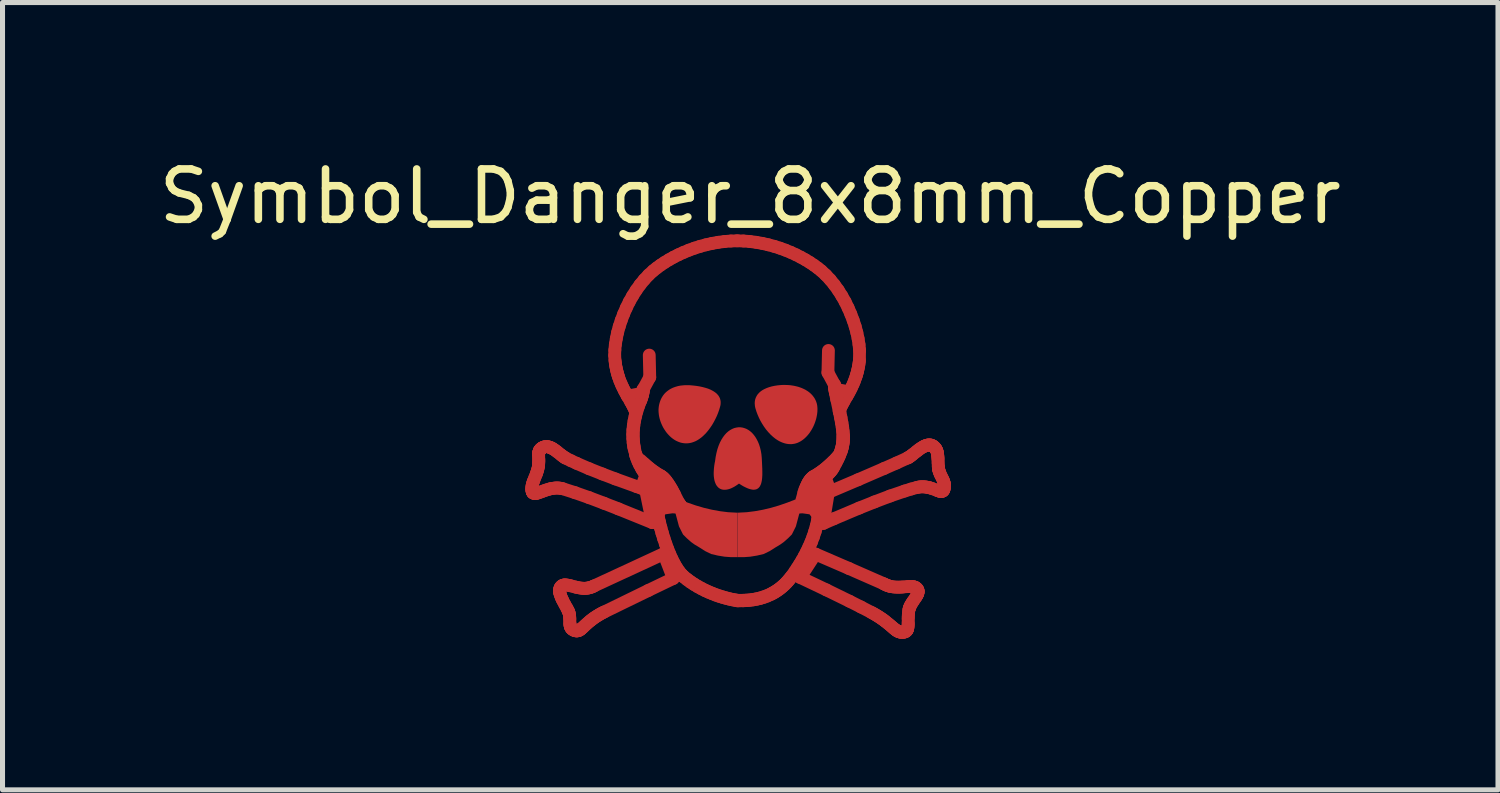
<source format=kicad_pcb>
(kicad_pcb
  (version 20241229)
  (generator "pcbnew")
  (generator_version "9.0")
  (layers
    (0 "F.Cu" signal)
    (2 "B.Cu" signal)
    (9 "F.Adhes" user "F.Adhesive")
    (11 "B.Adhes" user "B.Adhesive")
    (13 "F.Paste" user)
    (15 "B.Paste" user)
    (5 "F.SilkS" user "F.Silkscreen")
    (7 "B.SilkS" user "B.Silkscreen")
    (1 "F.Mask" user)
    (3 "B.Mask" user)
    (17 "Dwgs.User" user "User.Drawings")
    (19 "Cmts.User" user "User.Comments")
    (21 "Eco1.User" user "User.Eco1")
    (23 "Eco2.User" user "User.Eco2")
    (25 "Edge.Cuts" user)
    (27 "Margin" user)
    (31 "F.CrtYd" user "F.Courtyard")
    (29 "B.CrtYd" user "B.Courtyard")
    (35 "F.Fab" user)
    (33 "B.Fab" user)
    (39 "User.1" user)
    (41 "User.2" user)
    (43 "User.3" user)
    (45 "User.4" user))
  (footprint "Symbol_Danger_8x8mm_Copper"
    (layer "F.Cu")
    (at 11.585 5.547)
    (property "Reference" "Symbol_Danger_8x8mm_Copper" (at 0.254 -4.699 0) (layer "F.SilkS") (effects (font (size 1 1) (thickness 0.15))))
    (attr board_only exclude_from_pos_files exclude_from_bom allow_missing_courtyard)
    (fp_line (start -4.081 1.1) (end -4.08 1.122) (stroke (width 0.254) (type solid)) (layer "F.Cu"))
    (fp_line (start -4.08 1.122) (end -4.078 1.141) (stroke (width 0.254) (type solid)) (layer "F.Cu"))
    (fp_line (start -4.079 1.073) (end -4.081 1.1) (stroke (width 0.254) (type solid)) (layer "F.Cu"))
    (fp_line (start -4.078 1.141) (end -4.073 1.157) (stroke (width 0.254) (type solid)) (layer "F.Cu"))
    (fp_line (start -4.076 1.046) (end -4.079 1.073) (stroke (width 0.254) (type solid)) (layer "F.Cu"))
    (fp_line (start -4.073 1.157) (end -4.068 1.17) (stroke (width 0.254) (type solid)) (layer "F.Cu"))
    (fp_line (start -4.07 1.019) (end -4.076 1.046) (stroke (width 0.254) (type solid)) (layer "F.Cu"))
    (fp_line (start -4.068 1.17) (end -4.064 1.175) (stroke (width 0.254) (type solid)) (layer "F.Cu"))
    (fp_line (start -4.064 1.175) (end -4.06 1.18) (stroke (width 0.254) (type solid)) (layer "F.Cu"))
    (fp_line (start -4.062 0.992) (end -4.07 1.019) (stroke (width 0.254) (type solid)) (layer "F.Cu"))
    (fp_line (start -4.06 1.18) (end -4.056 1.184) (stroke (width 0.254) (type solid)) (layer "F.Cu"))
    (fp_line (start -4.056 1.184) (end -4.052 1.187) (stroke (width 0.254) (type solid)) (layer "F.Cu"))
    (fp_line (start -4.053 0.965) (end -4.062 0.992) (stroke (width 0.254) (type solid)) (layer "F.Cu"))
    (fp_line (start -4.052 1.187) (end -4.041 1.192) (stroke (width 0.254) (type solid)) (layer "F.Cu"))
    (fp_line (start -4.042 0.937) (end -4.053 0.965) (stroke (width 0.254) (type solid)) (layer "F.Cu"))
    (fp_line (start -4.041 1.192) (end -4.03 1.195) (stroke (width 0.254) (type solid)) (layer "F.Cu"))
    (fp_line (start -4.03 1.195) (end -4.016 1.196) (stroke (width 0.254) (type solid)) (layer "F.Cu"))
    (fp_line (start -4.02 0.88) (end -4.042 0.937) (stroke (width 0.254) (type solid)) (layer "F.Cu"))
    (fp_line (start -4.016 1.196) (end -4.002 1.195) (stroke (width 0.254) (type solid)) (layer "F.Cu"))
    (fp_line (start -4.002 1.195) (end -3.986 1.193) (stroke (width 0.254) (type solid)) (layer "F.Cu"))
    (fp_line (start -3.996 0.821) (end -4.02 0.88) (stroke (width 0.254) (type solid)) (layer "F.Cu"))
    (fp_line (start -3.986 1.193) (end -3.97 1.189) (stroke (width 0.254) (type solid)) (layer "F.Cu"))
    (fp_line (start -3.985 0.791) (end -3.996 0.821) (stroke (width 0.254) (type solid)) (layer "F.Cu"))
    (fp_line (start -3.975 0.76) (end -3.985 0.791) (stroke (width 0.254) (type solid)) (layer "F.Cu"))
    (fp_line (start -3.97 1.189) (end -3.933 1.177) (stroke (width 0.254) (type solid)) (layer "F.Cu"))
    (fp_line (start -3.965 0.729) (end -3.975 0.76) (stroke (width 0.254) (type solid)) (layer "F.Cu"))
    (fp_line (start -3.957 0.696) (end -3.965 0.729) (stroke (width 0.254) (type solid)) (layer "F.Cu"))
    (fp_line (start -3.95 0.663) (end -3.957 0.696) (stroke (width 0.254) (type solid)) (layer "F.Cu"))
    (fp_line (start -3.946 0.63) (end -3.95 0.663) (stroke (width 0.254) (type solid)) (layer "F.Cu"))
    (fp_line (start -3.945 0.436) (end -3.945 0.459) (stroke (width 0.254) (type solid)) (layer "F.Cu"))
    (fp_line (start -3.945 0.415) (end -3.945 0.436) (stroke (width 0.254) (type solid)) (layer "F.Cu"))
    (fp_line (start -3.945 0.459) (end -3.943 0.508) (stroke (width 0.254) (type solid)) (layer "F.Cu"))
    (fp_line (start -3.945 0.613) (end -3.946 0.63) (stroke (width 0.254) (type solid)) (layer "F.Cu"))
    (fp_line (start -3.944 0.405) (end -3.945 0.415) (stroke (width 0.254) (type solid)) (layer "F.Cu"))
    (fp_line (start -3.944 0.596) (end -3.945 0.613) (stroke (width 0.254) (type solid)) (layer "F.Cu"))
    (fp_line (start -3.943 0.395) (end -3.944 0.405) (stroke (width 0.254) (type solid)) (layer "F.Cu"))
    (fp_line (start -3.943 0.508) (end -3.942 0.536) (stroke (width 0.254) (type solid)) (layer "F.Cu"))
    (fp_line (start -3.942 0.565) (end -3.944 0.596) (stroke (width 0.254) (type solid)) (layer "F.Cu"))
    (fp_line (start -3.942 0.536) (end -3.942 0.565) (stroke (width 0.254) (type solid)) (layer "F.Cu"))
    (fp_line (start -3.942 0.386) (end -3.943 0.395) (stroke (width 0.254) (type solid)) (layer "F.Cu"))
    (fp_line (start -3.94 0.377) (end -3.942 0.386) (stroke (width 0.254) (type solid)) (layer "F.Cu"))
    (fp_line (start -3.938 0.368) (end -3.94 0.377) (stroke (width 0.254) (type solid)) (layer "F.Cu"))
    (fp_line (start -3.935 0.36) (end -3.938 0.368) (stroke (width 0.254) (type solid)) (layer "F.Cu"))
    (fp_line (start -3.933 1.177) (end -3.892 1.163) (stroke (width 0.254) (type solid)) (layer "F.Cu"))
    (fp_line (start -3.932 0.351) (end -3.935 0.36) (stroke (width 0.254) (type solid)) (layer "F.Cu"))
    (fp_line (start -3.928 0.343) (end -3.932 0.351) (stroke (width 0.254) (type solid)) (layer "F.Cu"))
    (fp_line (start -3.924 0.336) (end -3.928 0.343) (stroke (width 0.254) (type solid)) (layer "F.Cu"))
    (fp_line (start -3.918 0.328) (end -3.924 0.336) (stroke (width 0.254) (type solid)) (layer "F.Cu"))
    (fp_line (start -3.912 0.321) (end -3.918 0.328) (stroke (width 0.254) (type solid)) (layer "F.Cu"))
    (fp_line (start -3.905 0.314) (end -3.912 0.321) (stroke (width 0.254) (type solid)) (layer "F.Cu"))
    (fp_line (start -3.898 0.307) (end -3.905 0.314) (stroke (width 0.254) (type solid)) (layer "F.Cu"))
    (fp_line (start -3.892 1.163) (end -3.847 1.146) (stroke (width 0.254) (type solid)) (layer "F.Cu"))
    (fp_line (start -3.889 0.3) (end -3.898 0.307) (stroke (width 0.254) (type solid)) (layer "F.Cu"))
    (fp_line (start -3.879 0.294) (end -3.889 0.3) (stroke (width 0.254) (type solid)) (layer "F.Cu"))
    (fp_line (start -3.869 0.287) (end -3.879 0.294) (stroke (width 0.254) (type solid)) (layer "F.Cu"))
    (fp_line (start -3.854 0.28) (end -3.869 0.287) (stroke (width 0.254) (type solid)) (layer "F.Cu"))
    (fp_line (start -3.847 1.146) (end -3.799 1.129) (stroke (width 0.254) (type solid)) (layer "F.Cu"))
    (fp_line (start -3.839 0.274) (end -3.854 0.28) (stroke (width 0.254) (type solid)) (layer "F.Cu"))
    (fp_line (start -3.824 0.27) (end -3.839 0.274) (stroke (width 0.254) (type solid)) (layer "F.Cu"))
    (fp_line (start -3.808 0.268) (end -3.824 0.27) (stroke (width 0.254) (type solid)) (layer "F.Cu"))
    (fp_line (start -3.799 1.129) (end -3.747 1.113) (stroke (width 0.254) (type solid)) (layer "F.Cu"))
    (fp_line (start -3.793 0.267) (end -3.808 0.268) (stroke (width 0.254) (type solid)) (layer "F.Cu"))
    (fp_line (start -3.778 0.267) (end -3.793 0.267) (stroke (width 0.254) (type solid)) (layer "F.Cu"))
    (fp_line (start -3.763 0.269) (end -3.778 0.267) (stroke (width 0.254) (type solid)) (layer "F.Cu"))
    (fp_line (start -3.747 1.113) (end -3.721 1.106) (stroke (width 0.254) (type solid)) (layer "F.Cu"))
    (fp_line (start -3.747 0.273) (end -3.763 0.269) (stroke (width 0.254) (type solid)) (layer "F.Cu"))
    (fp_line (start -3.732 0.277) (end -3.747 0.273) (stroke (width 0.254) (type solid)) (layer "F.Cu"))
    (fp_line (start -3.721 1.106) (end -3.694 1.1) (stroke (width 0.254) (type solid)) (layer "F.Cu"))
    (fp_line (start -3.716 0.283) (end -3.732 0.277) (stroke (width 0.254) (type solid)) (layer "F.Cu"))
    (fp_line (start -3.701 0.289) (end -3.716 0.283) (stroke (width 0.254) (type solid)) (layer "F.Cu"))
    (fp_line (start -3.694 1.1) (end -3.667 1.095) (stroke (width 0.254) (type solid)) (layer "F.Cu"))
    (fp_line (start -3.686 0.296) (end -3.701 0.289) (stroke (width 0.254) (type solid)) (layer "F.Cu"))
    (fp_line (start -3.67 0.305) (end -3.686 0.296) (stroke (width 0.254) (type solid)) (layer "F.Cu"))
    (fp_line (start -3.667 1.095) (end -3.639 1.091) (stroke (width 0.254) (type solid)) (layer "F.Cu"))
    (fp_line (start -3.655 0.314) (end -3.67 0.305) (stroke (width 0.254) (type solid)) (layer "F.Cu"))
    (fp_line (start -3.639 1.091) (end -3.61 1.088) (stroke (width 0.254) (type solid)) (layer "F.Cu"))
    (fp_line (start -3.625 0.333) (end -3.655 0.314) (stroke (width 0.254) (type solid)) (layer "F.Cu"))
    (fp_line (start -3.61 1.088) (end -3.582 1.087) (stroke (width 0.254) (type solid)) (layer "F.Cu"))
    (fp_line (start -3.595 0.355) (end -3.625 0.333) (stroke (width 0.254) (type solid)) (layer "F.Cu"))
    (fp_line (start -3.582 1.087) (end -3.553 1.088) (stroke (width 0.254) (type solid)) (layer "F.Cu"))
    (fp_line (start -3.566 0.378) (end -3.595 0.355) (stroke (width 0.254) (type solid)) (layer "F.Cu"))
    (fp_line (start -3.553 1.088) (end -3.523 1.091) (stroke (width 0.254) (type solid)) (layer "F.Cu"))
    (fp_line (start -3.529 3.132) (end -3.528 3.147) (stroke (width 0.254) (type solid)) (layer "F.Cu"))
    (fp_line (start -3.529 3.118) (end -3.529 3.132) (stroke (width 0.254) (type solid)) (layer "F.Cu"))
    (fp_line (start -3.528 3.147) (end -3.526 3.162) (stroke (width 0.254) (type solid)) (layer "F.Cu"))
    (fp_line (start -3.528 3.104) (end -3.529 3.118) (stroke (width 0.254) (type solid)) (layer "F.Cu"))
    (fp_line (start -3.526 3.162) (end -3.523 3.177) (stroke (width 0.254) (type solid)) (layer "F.Cu"))
    (fp_line (start -3.525 3.091) (end -3.528 3.104) (stroke (width 0.254) (type solid)) (layer "F.Cu"))
    (fp_line (start -3.523 1.091) (end -3.494 1.096) (stroke (width 0.254) (type solid)) (layer "F.Cu"))
    (fp_line (start -3.523 3.177) (end -3.519 3.193) (stroke (width 0.254) (type solid)) (layer "F.Cu"))
    (fp_line (start -3.522 3.079) (end -3.525 3.091) (stroke (width 0.254) (type solid)) (layer "F.Cu"))
    (fp_line (start -3.519 3.193) (end -3.508 3.226) (stroke (width 0.254) (type solid)) (layer "F.Cu"))
    (fp_line (start -3.517 3.067) (end -3.522 3.079) (stroke (width 0.254) (type solid)) (layer "F.Cu"))
    (fp_line (start -3.51 3.056) (end -3.517 3.067) (stroke (width 0.254) (type solid)) (layer "F.Cu"))
    (fp_line (start -3.509 0.423) (end -3.566 0.378) (stroke (width 0.254) (type solid)) (layer "F.Cu"))
    (fp_line (start -3.508 3.226) (end -3.495 3.26) (stroke (width 0.254) (type solid)) (layer "F.Cu"))
    (fp_line (start -3.502 3.045) (end -3.51 3.056) (stroke (width 0.254) (type solid)) (layer "F.Cu"))
    (fp_line (start -3.495 3.26) (end -3.48 3.294) (stroke (width 0.254) (type solid)) (layer "F.Cu"))
    (fp_line (start -3.494 1.096) (end -3.464 1.103) (stroke (width 0.254) (type solid)) (layer "F.Cu"))
    (fp_line (start -3.492 3.036) (end -3.502 3.045) (stroke (width 0.254) (type solid)) (layer "F.Cu"))
    (fp_line (start -3.481 0.445) (end -3.509 0.423) (stroke (width 0.254) (type solid)) (layer "F.Cu"))
    (fp_line (start -3.481 3.027) (end -3.492 3.036) (stroke (width 0.254) (type solid)) (layer "F.Cu"))
    (fp_line (start -3.48 3.294) (end -3.463 3.328) (stroke (width 0.254) (type solid)) (layer "F.Cu"))
    (fp_line (start -3.469 3.021) (end -3.481 3.027) (stroke (width 0.254) (type solid)) (layer "F.Cu"))
    (fp_line (start -3.464 1.103) (end -3.224 1.18) (stroke (width 0.254) (type solid)) (layer "F.Cu"))
    (fp_line (start -3.463 3.328) (end -3.427 3.397) (stroke (width 0.254) (type solid)) (layer "F.Cu"))
    (fp_line (start -3.456 3.016) (end -3.469 3.021) (stroke (width 0.254) (type solid)) (layer "F.Cu"))
    (fp_line (start -3.455 0.465) (end -3.481 0.445) (stroke (width 0.254) (type solid)) (layer "F.Cu"))
    (fp_line (start -3.443 3.013) (end -3.456 3.016) (stroke (width 0.254) (type solid)) (layer "F.Cu"))
    (fp_line (start -3.43 0.482) (end -3.455 0.465) (stroke (width 0.254) (type solid)) (layer "F.Cu"))
    (fp_line (start -3.428 3.012) (end -3.443 3.013) (stroke (width 0.254) (type solid)) (layer "F.Cu"))
    (fp_line (start -3.427 3.397) (end -3.39 3.463) (stroke (width 0.254) (type solid)) (layer "F.Cu"))
    (fp_line (start -3.417 0.489) (end -3.43 0.482) (stroke (width 0.254) (type solid)) (layer "F.Cu"))
    (fp_line (start -3.413 3.011) (end -3.428 3.012) (stroke (width 0.254) (type solid)) (layer "F.Cu"))
    (fp_line (start -3.405 0.496) (end -3.417 0.489) (stroke (width 0.254) (type solid)) (layer "F.Cu"))
    (fp_line (start -3.39 3.463) (end -3.374 3.494) (stroke (width 0.254) (type solid)) (layer "F.Cu"))
    (fp_line (start -3.381 3.014) (end -3.413 3.011) (stroke (width 0.254) (type solid)) (layer "F.Cu"))
    (fp_line (start -3.374 3.494) (end -3.359 3.524) (stroke (width 0.254) (type solid)) (layer "F.Cu"))
    (fp_line (start -3.359 3.524) (end -3.352 3.539) (stroke (width 0.254) (type solid)) (layer "F.Cu"))
    (fp_line (start -3.352 3.539) (end -3.346 3.554) (stroke (width 0.254) (type solid)) (layer "F.Cu"))
    (fp_line (start -3.346 3.554) (end -3.341 3.569) (stroke (width 0.254) (type solid)) (layer "F.Cu"))
    (fp_line (start -3.345 3.02) (end -3.381 3.014) (stroke (width 0.254) (type solid)) (layer "F.Cu"))
    (fp_line (start -3.341 3.569) (end -3.338 3.584) (stroke (width 0.254) (type solid)) (layer "F.Cu"))
    (fp_line (start -3.338 3.584) (end -3.332 3.614) (stroke (width 0.254) (type solid)) (layer "F.Cu"))
    (fp_line (start -3.332 3.614) (end -3.329 3.644) (stroke (width 0.254) (type solid)) (layer "F.Cu"))
    (fp_line (start -3.329 3.644) (end -3.327 3.673) (stroke (width 0.254) (type solid)) (layer "F.Cu"))
    (fp_line (start -3.327 3.673) (end -3.327 3.702) (stroke (width 0.254) (type solid)) (layer "F.Cu"))
    (fp_line (start -3.327 3.702) (end -3.326 3.757) (stroke (width 0.254) (type solid)) (layer "F.Cu"))
    (fp_line (start -3.326 3.757) (end -3.325 3.783) (stroke (width 0.254) (type solid)) (layer "F.Cu"))
    (fp_line (start -3.325 3.783) (end -3.322 3.807) (stroke (width 0.254) (type solid)) (layer "F.Cu"))
    (fp_line (start -3.322 3.807) (end -3.32 3.819) (stroke (width 0.254) (type solid)) (layer "F.Cu"))
    (fp_line (start -3.32 3.819) (end -3.317 3.83) (stroke (width 0.254) (type solid)) (layer "F.Cu"))
    (fp_line (start -3.317 3.83) (end -3.313 3.841) (stroke (width 0.254) (type solid)) (layer "F.Cu"))
    (fp_line (start -3.313 3.841) (end -3.309 3.851) (stroke (width 0.254) (type solid)) (layer "F.Cu"))
    (fp_line (start -3.309 3.851) (end -3.303 3.861) (stroke (width 0.254) (type solid)) (layer "F.Cu"))
    (fp_line (start -3.307 3.029) (end -3.345 3.02) (stroke (width 0.254) (type solid)) (layer "F.Cu"))
    (fp_line (start -3.304 0.546) (end -3.405 0.496) (stroke (width 0.254) (type solid)) (layer "F.Cu"))
    (fp_line (start -3.303 3.861) (end -3.297 3.87) (stroke (width 0.254) (type solid)) (layer "F.Cu"))
    (fp_line (start -3.297 3.87) (end -3.29 3.879) (stroke (width 0.254) (type solid)) (layer "F.Cu"))
    (fp_line (start -3.29 3.879) (end -3.281 3.887) (stroke (width 0.254) (type solid)) (layer "F.Cu"))
    (fp_line (start -3.281 3.887) (end -3.271 3.895) (stroke (width 0.254) (type solid)) (layer "F.Cu"))
    (fp_line (start -3.271 3.895) (end -3.26 3.902) (stroke (width 0.254) (type solid)) (layer "F.Cu"))
    (fp_line (start -3.26 3.902) (end -3.248 3.909) (stroke (width 0.254) (type solid)) (layer "F.Cu"))
    (fp_line (start -3.248 3.909) (end -3.234 3.915) (stroke (width 0.254) (type solid)) (layer "F.Cu"))
    (fp_line (start -3.234 3.915) (end -3.22 3.919) (stroke (width 0.254) (type solid)) (layer "F.Cu"))
    (fp_line (start -3.224 3.051) (end -3.307 3.029) (stroke (width 0.254) (type solid)) (layer "F.Cu"))
    (fp_line (start -3.224 1.18) (end -2.945 1.278) (stroke (width 0.254) (type solid)) (layer "F.Cu"))
    (fp_line (start -3.22 3.919) (end -3.207 3.922) (stroke (width 0.254) (type solid)) (layer "F.Cu"))
    (fp_line (start -3.207 3.922) (end -3.195 3.923) (stroke (width 0.254) (type solid)) (layer "F.Cu"))
    (fp_line (start -3.195 3.923) (end -3.183 3.923) (stroke (width 0.254) (type solid)) (layer "F.Cu"))
    (fp_line (start -3.191 0.598) (end -3.304 0.546) (stroke (width 0.254) (type solid)) (layer "F.Cu"))
    (fp_line (start -3.183 3.923) (end -3.172 3.921) (stroke (width 0.254) (type solid)) (layer "F.Cu"))
    (fp_line (start -3.18 3.062) (end -3.224 3.051) (stroke (width 0.254) (type solid)) (layer "F.Cu"))
    (fp_line (start -3.172 3.921) (end -3.16 3.919) (stroke (width 0.254) (type solid)) (layer "F.Cu"))
    (fp_line (start -3.16 3.919) (end -3.149 3.915) (stroke (width 0.254) (type solid)) (layer "F.Cu"))
    (fp_line (start -3.149 3.915) (end -3.138 3.909) (stroke (width 0.254) (type solid)) (layer "F.Cu"))
    (fp_line (start -3.138 3.909) (end -3.127 3.903) (stroke (width 0.254) (type solid)) (layer "F.Cu"))
    (fp_line (start -3.135 3.07) (end -3.18 3.062) (stroke (width 0.254) (type solid)) (layer "F.Cu"))
    (fp_line (start -3.127 3.903) (end -3.115 3.895) (stroke (width 0.254) (type solid)) (layer "F.Cu"))
    (fp_line (start -3.115 3.895) (end -3.104 3.886) (stroke (width 0.254) (type solid)) (layer "F.Cu"))
    (fp_line (start -3.104 3.886) (end -3.092 3.876) (stroke (width 0.254) (type solid)) (layer "F.Cu"))
    (fp_line (start -3.092 3.876) (end -3.066 3.854) (stroke (width 0.254) (type solid)) (layer "F.Cu"))
    (fp_line (start -3.088 3.077) (end -3.135 3.07) (stroke (width 0.254) (type solid)) (layer "F.Cu"))
    (fp_line (start -3.066 3.854) (end -3.039 3.828) (stroke (width 0.254) (type solid)) (layer "F.Cu"))
    (fp_line (start -3.064 3.078) (end -3.088 3.077) (stroke (width 0.254) (type solid)) (layer "F.Cu"))
    (fp_line (start -3.039 3.079) (end -3.064 3.078) (stroke (width 0.254) (type solid)) (layer "F.Cu"))
    (fp_line (start -3.039 3.828) (end -3.008 3.799) (stroke (width 0.254) (type solid)) (layer "F.Cu"))
    (fp_line (start -3.015 3.078) (end -3.039 3.079) (stroke (width 0.254) (type solid)) (layer "F.Cu"))
    (fp_line (start -3.008 3.799) (end -2.973 3.768) (stroke (width 0.254) (type solid)) (layer "F.Cu"))
    (fp_line (start -2.99 3.076) (end -3.015 3.078) (stroke (width 0.254) (type solid)) (layer "F.Cu"))
    (fp_line (start -2.973 3.768) (end -2.934 3.734) (stroke (width 0.254) (type solid)) (layer "F.Cu"))
    (fp_line (start -2.966 3.073) (end -2.99 3.076) (stroke (width 0.254) (type solid)) (layer "F.Cu"))
    (fp_line (start -2.945 1.278) (end -2.651 1.389) (stroke (width 0.254) (type solid)) (layer "F.Cu"))
    (fp_line (start -2.944 0.705) (end -3.191 0.598) (stroke (width 0.254) (type solid)) (layer "F.Cu"))
    (fp_line (start -2.941 3.068) (end -2.966 3.073) (stroke (width 0.254) (type solid)) (layer "F.Cu"))
    (fp_line (start -2.934 3.734) (end -2.912 3.717) (stroke (width 0.254) (type solid)) (layer "F.Cu"))
    (fp_line (start -2.916 3.061) (end -2.941 3.068) (stroke (width 0.254) (type solid)) (layer "F.Cu"))
    (fp_line (start -2.912 3.717) (end -2.889 3.699) (stroke (width 0.254) (type solid)) (layer "F.Cu"))
    (fp_line (start -2.891 3.052) (end -2.916 3.061) (stroke (width 0.254) (type solid)) (layer "F.Cu"))
    (fp_line (start -2.889 3.699) (end -2.865 3.68) (stroke (width 0.254) (type solid)) (layer "F.Cu"))
    (fp_line (start -2.866 3.042) (end -2.891 3.052) (stroke (width 0.254) (type solid)) (layer "F.Cu"))
    (fp_line (start -2.865 3.68) (end -2.839 3.662) (stroke (width 0.254) (type solid)) (layer "F.Cu"))
    (fp_line (start -2.841 3.029) (end -2.866 3.042) (stroke (width 0.254) (type solid)) (layer "F.Cu"))
    (fp_line (start -2.839 3.662) (end -2.811 3.643) (stroke (width 0.254) (type solid)) (layer "F.Cu"))
    (fp_line (start -2.811 3.643) (end -2.781 3.624) (stroke (width 0.254) (type solid)) (layer "F.Cu"))
    (fp_line (start -2.781 3.624) (end -2.749 3.605) (stroke (width 0.254) (type solid)) (layer "F.Cu"))
    (fp_line (start -2.749 3.605) (end -2.716 3.585) (stroke (width 0.254) (type solid)) (layer "F.Cu"))
    (fp_line (start -2.716 3.585) (end -2.68 3.566) (stroke (width 0.254) (type solid)) (layer "F.Cu"))
    (fp_line (start -2.681 0.809) (end -2.944 0.705) (stroke (width 0.254) (type solid)) (layer "F.Cu"))
    (fp_line (start -2.68 3.566) (end -2.642 3.547) (stroke (width 0.254) (type solid)) (layer "F.Cu"))
    (fp_line (start -2.651 1.389) (end -2.362 1.502) (stroke (width 0.254) (type solid)) (layer "F.Cu"))
    (fp_line (start -2.642 3.547) (end -1.77 3.122) (stroke (width 0.254) (type solid)) (layer "F.Cu"))
    (fp_line (start -2.436 -1.544) (end -2.433 -1.649) (stroke (width 0.254) (type solid)) (layer "F.Cu"))
    (fp_line (start -2.433 -1.649) (end -2.423 -1.76) (stroke (width 0.254) (type solid)) (layer "F.Cu"))
    (fp_line (start -2.43 -1.446) (end -2.436 -1.544) (stroke (width 0.254) (type solid)) (layer "F.Cu"))
    (fp_line (start -2.424 -1.399) (end -2.43 -1.446) (stroke (width 0.254) (type solid)) (layer "F.Cu"))
    (fp_line (start -2.424 0.907) (end -2.681 0.809) (stroke (width 0.254) (type solid)) (layer "F.Cu"))
    (fp_line (start -2.423 -1.76) (end -2.404 -1.876) (stroke (width 0.254) (type solid)) (layer "F.Cu"))
    (fp_line (start -2.418 -1.355) (end -2.424 -1.399) (stroke (width 0.254) (type solid)) (layer "F.Cu"))
    (fp_line (start -2.41 -1.311) (end -2.418 -1.355) (stroke (width 0.254) (type solid)) (layer "F.Cu"))
    (fp_line (start -2.404 -1.876) (end -2.379 -1.995) (stroke (width 0.254) (type solid)) (layer "F.Cu"))
    (fp_line (start -2.401 -1.269) (end -2.41 -1.311) (stroke (width 0.254) (type solid)) (layer "F.Cu"))
    (fp_line (start -2.392 -1.228) (end -2.401 -1.269) (stroke (width 0.254) (type solid)) (layer "F.Cu"))
    (fp_line (start -2.381 -1.188) (end -2.392 -1.228) (stroke (width 0.254) (type solid)) (layer "F.Cu"))
    (fp_line (start -2.379 -1.995) (end -2.346 -2.117) (stroke (width 0.254) (type solid)) (layer "F.Cu"))
    (fp_line (start -2.37 -1.149) (end -2.381 -1.188) (stroke (width 0.254) (type solid)) (layer "F.Cu"))
    (fp_line (start -2.362 1.502) (end -1.688 1.775) (stroke (width 0.254) (type solid)) (layer "F.Cu"))
    (fp_line (start -2.358 -1.112) (end -2.37 -1.149) (stroke (width 0.254) (type solid)) (layer "F.Cu"))
    (fp_line (start -2.346 -2.117) (end -2.306 -2.24) (stroke (width 0.254) (type solid)) (layer "F.Cu"))
    (fp_line (start -2.333 -1.04) (end -2.358 -1.112) (stroke (width 0.254) (type solid)) (layer "F.Cu"))
    (fp_line (start -2.306 -2.24) (end -2.259 -2.363) (stroke (width 0.254) (type solid)) (layer "F.Cu"))
    (fp_line (start -2.305 -0.973) (end -2.333 -1.04) (stroke (width 0.254) (type solid)) (layer "F.Cu"))
    (fp_line (start -2.275 -0.909) (end -2.305 -0.973) (stroke (width 0.254) (type solid)) (layer "F.Cu"))
    (fp_line (start -2.259 -2.363) (end -2.206 -2.486) (stroke (width 0.254) (type solid)) (layer "F.Cu"))
    (fp_line (start -2.245 -0.848) (end -2.275 -0.909) (stroke (width 0.254) (type solid)) (layer "F.Cu"))
    (fp_line (start -2.214 -0.79) (end -2.245 -0.848) (stroke (width 0.254) (type solid)) (layer "F.Cu"))
    (fp_line (start -2.206 -2.486) (end -2.147 -2.607) (stroke (width 0.254) (type solid)) (layer "F.Cu"))
    (fp_line (start -2.183 -0.735) (end -2.214 -0.79) (stroke (width 0.254) (type solid)) (layer "F.Cu"))
    (fp_line (start -2.147 -2.607) (end -2.081 -2.724) (stroke (width 0.254) (type solid)) (layer "F.Cu"))
    (fp_line (start -2.123 -0.631) (end -2.183 -0.735) (stroke (width 0.254) (type solid)) (layer "F.Cu"))
    (fp_line (start -2.095 -0.582) (end -2.123 -0.631) (stroke (width 0.254) (type solid)) (layer "F.Cu"))
    (fp_line (start -2.081 -2.724) (end -2.01 -2.837) (stroke (width 0.254) (type solid)) (layer "F.Cu"))
    (fp_line (start -2.073 0.024) (end -2.07 -0.062) (stroke (width 0.263) (type solid)) (layer "F.Cu"))
    (fp_line (start -2.071 0.108) (end -2.073 0.024) (stroke (width 0.263) (type solid)) (layer "F.Cu"))
    (fp_line (start -2.07 -0.533) (end -2.095 -0.582) (stroke (width 0.254) (type solid)) (layer "F.Cu"))
    (fp_line (start -2.07 -0.062) (end -2.061 -0.151) (stroke (width 0.263) (type solid)) (layer "F.Cu"))
    (fp_line (start -2.065 0.189) (end -2.071 0.108) (stroke (width 0.263) (type solid)) (layer "F.Cu"))
    (fp_line (start -2.061 -0.151) (end -2.047 -0.242) (stroke (width 0.263) (type solid)) (layer "F.Cu"))
    (fp_line (start -2.054 0.268) (end -2.065 0.189) (stroke (width 0.263) (type solid)) (layer "F.Cu"))
    (fp_line (start -2.047 -0.242) (end -2.027 -0.335) (stroke (width 0.263) (type solid)) (layer "F.Cu"))
    (fp_line (start -2.047 -0.486) (end -2.07 -0.533) (stroke (width 0.254) (type solid)) (layer "F.Cu"))
    (fp_line (start -2.039 0.345) (end -2.054 0.268) (stroke (width 0.263) (type solid)) (layer "F.Cu"))
    (fp_line (start -2.027 -0.335) (end -2.002 -0.431) (stroke (width 0.263) (type solid)) (layer "F.Cu"))
    (fp_line (start -2.027 -0.438) (end -2.047 -0.486) (stroke (width 0.254) (type solid)) (layer "F.Cu"))
    (fp_line (start -2.01 -2.837) (end -1.933 -2.945) (stroke (width 0.254) (type solid)) (layer "F.Cu"))
    (fp_line (start -2.002 -0.431) (end -1.971 -0.528) (stroke (width 0.263) (type solid)) (layer "F.Cu"))
    (fp_line (start -1.999 1.06) (end -2.424 0.907) (stroke (width 0.254) (type solid)) (layer "F.Cu"))
    (fp_line (start -1.997 0.49) (end -2.02 0.419) (stroke (width 0.263) (type solid)) (layer "F.Cu"))
    (fp_line (start -1.971 -0.528) (end -1.933 -0.628) (stroke (width 0.263) (type solid)) (layer "F.Cu"))
    (fp_line (start -1.97 0.558) (end -2.02 0.419) (stroke (width 0.263) (type solid)) (layer "F.Cu"))
    (fp_line (start -1.962 -0.778) (end -2.183 -0.735) (stroke (width 0.254) (type solid)) (layer "F.Cu"))
    (fp_line (start -1.939 0.624) (end -1.97 0.558) (stroke (width 0.263) (type solid)) (layer "F.Cu"))
    (fp_line (start -1.933 -0.628) (end -1.92 -0.661) (stroke (width 0.263) (type solid)) (layer "F.Cu"))
    (fp_line (start -1.933 -2.945) (end -1.85 -3.046) (stroke (width 0.254) (type solid)) (layer "F.Cu"))
    (fp_line (start -1.92 -0.661) (end -1.909 -0.692) (stroke (width 0.263) (type solid)) (layer "F.Cu"))
    (fp_line (start -1.909 -0.692) (end -1.9 -0.721) (stroke (width 0.263) (type solid)) (layer "F.Cu"))
    (fp_line (start -1.905 0.687) (end -1.939 0.624) (stroke (width 0.263) (type solid)) (layer "F.Cu"))
    (fp_line (start -1.9 -0.721) (end -1.892 -0.748) (stroke (width 0.263) (type solid)) (layer "F.Cu"))
    (fp_line (start -1.892 -0.748) (end -1.885 -0.774) (stroke (width 0.263) (type solid)) (layer "F.Cu"))
    (fp_line (start -1.885 -0.774) (end -1.88 -0.799) (stroke (width 0.263) (type solid)) (layer "F.Cu"))
    (fp_line (start -1.88 0.729) (end -1.905 0.687) (stroke (width 0.263) (type solid)) (layer "F.Cu"))
    (fp_line (start -1.88 -0.799) (end -1.876 -0.823) (stroke (width 0.263) (type solid)) (layer "F.Cu"))
    (fp_line (start -1.876 -0.823) (end -1.873 -0.846) (stroke (width 0.263) (type solid)) (layer "F.Cu"))
    (fp_line (start -1.873 -0.846) (end -1.871 -0.868) (stroke (width 0.263) (type solid)) (layer "F.Cu"))
    (fp_line (start -1.871 -0.868) (end -1.74 -1.11) (stroke (width 0.254) (type default)) (layer "F.Cu"))
    (fp_line (start -1.856 0.764) (end -1.88 0.729) (stroke (width 0.263) (type solid)) (layer "F.Cu"))
    (fp_line (start -1.85 -3.046) (end -1.763 -3.14) (stroke (width 0.254) (type solid)) (layer "F.Cu"))
    (fp_line (start -1.846 0.613) (end -1.927 0.538) (stroke (width 0.263) (type solid)) (layer "F.Cu"))
    (fp_line (start -1.833 0.793) (end -1.856 0.764) (stroke (width 0.263) (type solid)) (layer "F.Cu"))
    (fp_line (start -1.823 1.121) (end -1.999 1.06) (stroke (width 0.254) (type solid)) (layer "F.Cu"))
    (fp_line (start -1.812 0.817) (end -1.911 1.09) (stroke (width 0.254) (type solid)) (layer "F.Cu"))
    (fp_line (start -1.812 0.817) (end -1.833 0.793) (stroke (width 0.263) (type solid)) (layer "F.Cu"))
    (fp_line (start -1.8 0.654) (end -1.846 0.613) (stroke (width 0.263) (type solid)) (layer "F.Cu"))
    (fp_line (start -1.772 0.861) (end -1.812 0.817) (stroke (width 0.263) (type solid)) (layer "F.Cu"))
    (fp_line (start -1.77 3.122) (end -1.273 2.883) (stroke (width 0.254) (type solid)) (layer "F.Cu"))
    (fp_line (start -1.763 -3.14) (end -1.67 -3.225) (stroke (width 0.254) (type solid)) (layer "F.Cu"))
    (fp_line (start -1.754 0.884) (end -1.772 0.861) (stroke (width 0.263) (type solid)) (layer "F.Cu"))
    (fp_line (start -1.75 0.695) (end -1.8 0.654) (stroke (width 0.263) (type solid)) (layer "F.Cu"))
    (fp_line (start -1.74 -1.11) (end -1.75 -1.55) (stroke (width 0.254) (type default)) (layer "F.Cu"))
    (fp_line (start -1.737 0.908) (end -1.754 0.884) (stroke (width 0.263) (type solid)) (layer "F.Cu"))
    (fp_line (start -1.721 0.937) (end -1.737 0.908) (stroke (width 0.263) (type solid)) (layer "F.Cu"))
    (fp_line (start -1.705 0.971) (end -1.721 0.937) (stroke (width 0.263) (type solid)) (layer "F.Cu"))
    (fp_line (start -1.698 0.736) (end -1.75 0.695) (stroke (width 0.263) (type solid)) (layer "F.Cu"))
    (fp_line (start -1.69 1.012) (end -1.705 0.971) (stroke (width 0.263) (type solid)) (layer "F.Cu"))
    (fp_line (start -1.688 1.775) (end -1.823 1.121) (stroke (width 0.254) (type solid)) (layer "F.Cu"))
    (fp_line (start -1.676 1.062) (end -1.69 1.012) (stroke (width 0.263) (type solid)) (layer "F.Cu"))
    (fp_line (start -1.67 -3.225) (end -1.601 -3.28) (stroke (width 0.254) (type solid)) (layer "F.Cu"))
    (fp_line (start -1.662 1.122) (end -1.676 1.062) (stroke (width 0.263) (type solid)) (layer "F.Cu"))
    (fp_line (start -1.648 1.194) (end -1.662 1.122) (stroke (width 0.263) (type solid)) (layer "F.Cu"))
    (fp_line (start -1.643 0.775) (end -1.698 0.736) (stroke (width 0.263) (type solid)) (layer "F.Cu"))
    (fp_line (start -1.635 1.279) (end -1.648 1.194) (stroke (width 0.263) (type solid)) (layer "F.Cu"))
    (fp_line (start -1.61 1.468) (end -1.622 1.38) (stroke (width 0.263) (type solid)) (layer "F.Cu"))
    (fp_line (start -1.601 -3.28) (end -1.526 -3.335) (stroke (width 0.254) (type solid)) (layer "F.Cu"))
    (fp_line (start -1.594 1.562) (end -1.61 1.468) (stroke (width 0.263) (type solid)) (layer "F.Cu"))
    (fp_line (start -1.586 0.813) (end -1.643 0.775) (stroke (width 0.263) (type solid)) (layer "F.Cu"))
    (fp_line (start -1.574 1.662) (end -1.594 1.562) (stroke (width 0.263) (type solid)) (layer "F.Cu"))
    (fp_line (start -1.551 1.766) (end -1.574 1.662) (stroke (width 0.263) (type solid)) (layer "F.Cu"))
    (fp_line (start -1.527 0.847) (end -1.586 0.813) (stroke (width 0.263) (type solid)) (layer "F.Cu"))
    (fp_line (start -1.526 -3.335) (end -1.445 -3.389) (stroke (width 0.254) (type solid)) (layer "F.Cu"))
    (fp_line (start -1.524 1.873) (end -1.551 1.766) (stroke (width 0.263) (type solid)) (layer "F.Cu"))
    (fp_line (start -1.509 0.859) (end -1.527 0.847) (stroke (width 0.263) (type solid)) (layer "F.Cu"))
    (fp_line (start -1.494 1.981) (end -1.524 1.873) (stroke (width 0.263) (type solid)) (layer "F.Cu"))
    (fp_line (start -1.49 0.873) (end -1.509 0.859) (stroke (width 0.263) (type solid)) (layer "F.Cu"))
    (fp_line (start -1.471 0.889) (end -1.49 0.873) (stroke (width 0.263) (type solid)) (layer "F.Cu"))
    (fp_line (start -1.462 2.391) (end -2.841 3.029) (stroke (width 0.254) (type solid)) (layer "F.Cu"))
    (fp_line (start -1.461 2.089) (end -1.494 1.981) (stroke (width 0.263) (type solid)) (layer "F.Cu"))
    (fp_line (start -1.453 0.908) (end -1.471 0.889) (stroke (width 0.263) (type solid)) (layer "F.Cu"))
    (fp_line (start -1.445 -3.389) (end -1.358 -3.442) (stroke (width 0.254) (type solid)) (layer "F.Cu"))
    (fp_line (start -1.434 0.928) (end -1.453 0.908) (stroke (width 0.263) (type solid)) (layer "F.Cu"))
    (fp_line (start -1.425 2.197) (end -1.461 2.089) (stroke (width 0.263) (type solid)) (layer "F.Cu"))
    (fp_line (start -1.416 0.95) (end -1.434 0.928) (stroke (width 0.263) (type solid)) (layer "F.Cu"))
    (fp_line (start -1.387 2.301) (end -1.425 2.197) (stroke (width 0.263) (type solid)) (layer "F.Cu"))
    (fp_line (start -1.381 0.997) (end -1.416 0.95) (stroke (width 0.263) (type solid)) (layer "F.Cu"))
    (fp_line (start -1.358 -3.442) (end -1.267 -3.493) (stroke (width 0.254) (type solid)) (layer "F.Cu"))
    (fp_line (start -1.347 1.049) (end -1.381 0.997) (stroke (width 0.263) (type solid)) (layer "F.Cu"))
    (fp_line (start -1.346 2.402) (end -1.387 2.301) (stroke (width 0.263) (type solid)) (layer "F.Cu"))
    (fp_line (start -1.314 1.103) (end -1.347 1.049) (stroke (width 0.263) (type solid)) (layer "F.Cu"))
    (fp_line (start -1.303 2.498) (end -1.346 2.402) (stroke (width 0.263) (type solid)) (layer "F.Cu"))
    (fp_line (start -1.284 1.158) (end -1.314 1.103) (stroke (width 0.263) (type solid)) (layer "F.Cu"))
    (fp_line (start -1.273 2.883) (end -1.462 2.391) (stroke (width 0.254) (type solid)) (layer "F.Cu"))
    (fp_line (start -1.267 -3.493) (end -1.17 -3.542) (stroke (width 0.254) (type solid)) (layer "F.Cu"))
    (fp_line (start -1.258 2.587) (end -1.303 2.498) (stroke (width 0.263) (type solid)) (layer "F.Cu"))
    (fp_line (start -1.255 1.212) (end -1.284 1.158) (stroke (width 0.263) (type solid)) (layer "F.Cu"))
    (fp_line (start -1.212 2.668) (end -1.258 2.587) (stroke (width 0.263) (type solid)) (layer "F.Cu"))
    (fp_line (start -1.17 -3.542) (end -1.069 -3.588) (stroke (width 0.254) (type solid)) (layer "F.Cu"))
    (fp_line (start -1.167 1.386) (end -1.255 1.212) (stroke (width 0.263) (type solid)) (layer "F.Cu"))
    (fp_line (start -1.164 2.739) (end -1.212 2.668) (stroke (width 0.263) (type solid)) (layer "F.Cu"))
    (fp_line (start -1.153 1.41) (end -1.167 1.386) (stroke (width 0.263) (type solid)) (layer "F.Cu"))
    (fp_line (start -1.143 1.425) (end -1.153 1.41) (stroke (width 0.263) (type solid)) (layer "F.Cu"))
    (fp_line (start -1.14 1.427) (end -1.143 1.425) (stroke (width 0.263) (type solid)) (layer "F.Cu"))
    (fp_line (start -1.137 1.426) (end -1.14 1.427) (stroke (width 0.263) (type solid)) (layer "F.Cu"))
    (fp_line (start -1.114 2.801) (end -1.164 2.739) (stroke (width 0.263) (type solid)) (layer "F.Cu"))
    (fp_line (start -1.089 2.827) (end -1.114 2.801) (stroke (width 0.263) (type solid)) (layer "F.Cu"))
    (fp_line (start -1.069 -3.588) (end -0.963 -3.632) (stroke (width 0.254) (type solid)) (layer "F.Cu"))
    (fp_line (start -1.064 2.85) (end -1.089 2.827) (stroke (width 0.263) (type solid)) (layer "F.Cu"))
    (fp_line (start -0.997 2.903) (end -1.064 2.85) (stroke (width 0.263) (type solid)) (layer "F.Cu"))
    (fp_line (start -0.963 -3.632) (end -0.853 -3.672) (stroke (width 0.254) (type solid)) (layer "F.Cu"))
    (fp_line (start -0.929 2.953) (end -0.997 2.903) (stroke (width 0.263) (type solid)) (layer "F.Cu"))
    (fp_line (start -0.859 2.999) (end -0.929 2.953) (stroke (width 0.263) (type solid)) (layer "F.Cu"))
    (fp_line (start -0.853 -3.672) (end -0.74 -3.708) (stroke (width 0.254) (type solid)) (layer "F.Cu"))
    (fp_line (start -0.788 3.042) (end -0.859 2.999) (stroke (width 0.263) (type solid)) (layer "F.Cu"))
    (fp_line (start -0.74 -3.708) (end -0.624 -3.739) (stroke (width 0.254) (type solid)) (layer "F.Cu"))
    (fp_line (start -0.717 3.081) (end -0.788 3.042) (stroke (width 0.263) (type solid)) (layer "F.Cu"))
    (fp_line (start -0.645 3.118) (end -0.717 3.081) (stroke (width 0.263) (type solid)) (layer "F.Cu"))
    (fp_line (start -0.624 -3.739) (end -0.504 -3.766) (stroke (width 0.254) (type solid)) (layer "F.Cu"))
    (fp_line (start -0.573 3.151) (end -0.645 3.118) (stroke (width 0.263) (type solid)) (layer "F.Cu"))
    (fp_line (start -0.504 -3.766) (end -0.382 -3.788) (stroke (width 0.254) (type solid)) (layer "F.Cu"))
    (fp_line (start -0.502 3.18) (end -0.573 3.151) (stroke (width 0.263) (type solid)) (layer "F.Cu"))
    (fp_line (start -0.432 3.208) (end -0.502 3.18) (stroke (width 0.263) (type solid)) (layer "F.Cu"))
    (fp_line (start -0.382 -3.788) (end -0.257 -3.804) (stroke (width 0.254) (type solid)) (layer "F.Cu"))
    (fp_line (start -0.362 3.232) (end -0.432 3.208) (stroke (width 0.263) (type solid)) (layer "F.Cu"))
    (fp_line (start -0.294 3.253) (end -0.362 3.232) (stroke (width 0.263) (type solid)) (layer "F.Cu"))
    (fp_line (start -0.257 -3.804) (end -0.13 -3.814) (stroke (width 0.254) (type solid)) (layer "F.Cu"))
    (fp_line (start -0.228 3.272) (end -0.294 3.253) (stroke (width 0.263) (type solid)) (layer "F.Cu"))
    (fp_line (start -0.164 3.288) (end -0.228 3.272) (stroke (width 0.263) (type solid)) (layer "F.Cu"))
    (fp_line (start -0.13 -3.814) (end -0.001 -3.818) (stroke (width 0.254) (type solid)) (layer "F.Cu"))
    (fp_line (start -0.102 3.302) (end -0.164 3.288) (stroke (width 0.263) (type solid)) (layer "F.Cu"))
    (fp_line (start -0.043 3.313) (end -0.102 3.302) (stroke (width 0.263) (type solid)) (layer "F.Cu"))
    (fp_line (start -0.006 3.322) (end 0.111 3.321) (stroke (width 0.263) (type solid)) (layer "F.Cu"))
    (fp_line (start 0.012 3.322) (end -0.043 3.313) (stroke (width 0.263) (type solid)) (layer "F.Cu"))
    (fp_line (start 0.111 3.321) (end 0.174 3.318) (stroke (width 0.263) (type solid)) (layer "F.Cu"))
    (fp_line (start 0.121 -3.814) (end -0.008 -3.818) (stroke (width 0.254) (type solid)) (layer "F.Cu"))
    (fp_line (start 0.174 3.318) (end 0.239 3.313) (stroke (width 0.263) (type solid)) (layer "F.Cu"))
    (fp_line (start 0.239 3.313) (end 0.307 3.304) (stroke (width 0.263) (type solid)) (layer "F.Cu"))
    (fp_line (start 0.248 -3.804) (end 0.121 -3.814) (stroke (width 0.254) (type solid)) (layer "F.Cu"))
    (fp_line (start 0.307 3.304) (end 0.376 3.292) (stroke (width 0.263) (type solid)) (layer "F.Cu"))
    (fp_line (start 0.372 -3.788) (end 0.248 -3.804) (stroke (width 0.254) (type solid)) (layer "F.Cu"))
    (fp_line (start 0.376 3.292) (end 0.447 3.276) (stroke (width 0.263) (type solid)) (layer "F.Cu"))
    (fp_line (start 0.447 3.276) (end 0.518 3.254) (stroke (width 0.263) (type solid)) (layer "F.Cu"))
    (fp_line (start 0.495 -3.766) (end 0.372 -3.788) (stroke (width 0.254) (type solid)) (layer "F.Cu"))
    (fp_line (start 0.518 3.254) (end 0.59 3.228) (stroke (width 0.263) (type solid)) (layer "F.Cu"))
    (fp_line (start 0.59 3.228) (end 0.661 3.196) (stroke (width 0.263) (type solid)) (layer "F.Cu"))
    (fp_line (start 0.614 -3.739) (end 0.495 -3.766) (stroke (width 0.254) (type solid)) (layer "F.Cu"))
    (fp_line (start 0.661 3.196) (end 0.697 3.177) (stroke (width 0.263) (type solid)) (layer "F.Cu"))
    (fp_line (start 0.697 3.177) (end 0.733 3.157) (stroke (width 0.263) (type solid)) (layer "F.Cu"))
    (fp_line (start 0.731 -3.708) (end 0.614 -3.739) (stroke (width 0.254) (type solid)) (layer "F.Cu"))
    (fp_line (start 0.733 3.157) (end 0.768 3.135) (stroke (width 0.263) (type solid)) (layer "F.Cu"))
    (fp_line (start 0.768 3.135) (end 0.803 3.112) (stroke (width 0.263) (type solid)) (layer "F.Cu"))
    (fp_line (start 0.803 3.112) (end 0.838 3.086) (stroke (width 0.263) (type solid)) (layer "F.Cu"))
    (fp_line (start 0.838 3.086) (end 0.873 3.059) (stroke (width 0.263) (type solid)) (layer "F.Cu"))
    (fp_line (start 0.844 -3.672) (end 0.731 -3.708) (stroke (width 0.254) (type solid)) (layer "F.Cu"))
    (fp_line (start 0.873 3.059) (end 0.907 3.029) (stroke (width 0.263) (type solid)) (layer "F.Cu"))
    (fp_line (start 0.907 3.029) (end 0.941 2.998) (stroke (width 0.263) (type solid)) (layer "F.Cu"))
    (fp_line (start 0.941 2.998) (end 0.974 2.964) (stroke (width 0.263) (type solid)) (layer "F.Cu"))
    (fp_line (start 0.954 -3.632) (end 0.844 -3.672) (stroke (width 0.254) (type solid)) (layer "F.Cu"))
    (fp_line (start 0.974 2.964) (end 1.006 2.928) (stroke (width 0.263) (type solid)) (layer "F.Cu"))
    (fp_line (start 1.006 2.928) (end 1.038 2.89) (stroke (width 0.263) (type solid)) (layer "F.Cu"))
    (fp_line (start 1.038 2.89) (end 1.07 2.85) (stroke (width 0.263) (type solid)) (layer "F.Cu"))
    (fp_line (start 1.059 -3.589) (end 0.954 -3.632) (stroke (width 0.254) (type solid)) (layer "F.Cu"))
    (fp_line (start 1.07 2.85) (end 1.149 2.74) (stroke (width 0.263) (type solid)) (layer "F.Cu"))
    (fp_line (start 1.149 2.74) (end 1.192 2.674) (stroke (width 0.263) (type solid)) (layer "F.Cu"))
    (fp_line (start 1.161 -3.542) (end 1.059 -3.589) (stroke (width 0.254) (type solid)) (layer "F.Cu"))
    (fp_line (start 1.192 2.674) (end 1.238 2.602) (stroke (width 0.263) (type solid)) (layer "F.Cu"))
    (fp_line (start 1.238 2.602) (end 1.284 2.525) (stroke (width 0.263) (type solid)) (layer "F.Cu"))
    (fp_line (start 1.246 2.863) (end 1.549 2.398) (stroke (width 0.254) (type solid)) (layer "F.Cu"))
    (fp_line (start 1.257 -3.493) (end 1.161 -3.542) (stroke (width 0.254) (type solid)) (layer "F.Cu"))
    (fp_line (start 1.284 2.525) (end 1.331 2.441) (stroke (width 0.263) (type solid)) (layer "F.Cu"))
    (fp_line (start 1.324 1.174) (end 1.345 1.118) (stroke (width 0.263) (type solid)) (layer "F.Cu"))
    (fp_line (start 1.331 2.441) (end 1.377 2.352) (stroke (width 0.263) (type solid)) (layer "F.Cu"))
    (fp_line (start 1.345 1.118) (end 1.368 1.063) (stroke (width 0.263) (type solid)) (layer "F.Cu"))
    (fp_line (start 1.349 -3.442) (end 1.257 -3.493) (stroke (width 0.254) (type solid)) (layer "F.Cu"))
    (fp_line (start 1.368 1.063) (end 1.393 1.011) (stroke (width 0.263) (type solid)) (layer "F.Cu"))
    (fp_line (start 1.377 2.352) (end 1.421 2.259) (stroke (width 0.263) (type solid)) (layer "F.Cu"))
    (fp_line (start 1.393 1.011) (end 1.407 0.986) (stroke (width 0.263) (type solid)) (layer "F.Cu"))
    (fp_line (start 1.407 0.986) (end 1.421 0.962) (stroke (width 0.263) (type solid)) (layer "F.Cu"))
    (fp_line (start 1.421 0.962) (end 1.437 0.94) (stroke (width 0.263) (type solid)) (layer "F.Cu"))
    (fp_line (start 1.421 2.259) (end 1.464 2.161) (stroke (width 0.263) (type solid)) (layer "F.Cu"))
    (fp_line (start 1.436 -3.389) (end 1.349 -3.442) (stroke (width 0.254) (type solid)) (layer "F.Cu"))
    (fp_line (start 1.437 0.94) (end 1.452 0.919) (stroke (width 0.263) (type solid)) (layer "F.Cu"))
    (fp_line (start 1.452 0.919) (end 1.469 0.901) (stroke (width 0.263) (type solid)) (layer "F.Cu"))
    (fp_line (start 1.464 2.161) (end 1.503 2.058) (stroke (width 0.263) (type solid)) (layer "F.Cu"))
    (fp_line (start 1.469 0.901) (end 1.486 0.884) (stroke (width 0.263) (type solid)) (layer "F.Cu"))
    (fp_line (start 1.486 0.884) (end 1.504 0.87) (stroke (width 0.263) (type solid)) (layer "F.Cu"))
    (fp_line (start 1.503 2.058) (end 1.538 1.952) (stroke (width 0.263) (type solid)) (layer "F.Cu"))
    (fp_line (start 1.504 0.87) (end 1.522 0.858) (stroke (width 0.263) (type solid)) (layer "F.Cu"))
    (fp_line (start 1.517 -3.335) (end 1.436 -3.389) (stroke (width 0.254) (type solid)) (layer "F.Cu"))
    (fp_line (start 1.522 0.858) (end 1.58 0.824) (stroke (width 0.263) (type solid)) (layer "F.Cu"))
    (fp_line (start 1.538 1.952) (end 1.569 1.843) (stroke (width 0.263) (type solid)) (layer "F.Cu"))
    (fp_line (start 1.549 2.398) (end 2.213 2.685) (stroke (width 0.254) (type solid)) (layer "F.Cu"))
    (fp_line (start 1.569 1.843) (end 1.594 1.731) (stroke (width 0.263) (type solid)) (layer "F.Cu"))
    (fp_line (start 1.58 0.824) (end 1.636 0.787) (stroke (width 0.263) (type solid)) (layer "F.Cu"))
    (fp_line (start 1.592 -3.28) (end 1.517 -3.335) (stroke (width 0.254) (type solid)) (layer "F.Cu"))
    (fp_line (start 1.594 1.731) (end 1.604 1.674) (stroke (width 0.263) (type solid)) (layer "F.Cu"))
    (fp_line (start 1.604 1.674) (end 1.613 1.616) (stroke (width 0.263) (type solid)) (layer "F.Cu"))
    (fp_line (start 1.613 1.616) (end 1.619 1.558) (stroke (width 0.263) (type solid)) (layer "F.Cu"))
    (fp_line (start 1.619 1.558) (end 1.624 1.499) (stroke (width 0.263) (type solid)) (layer "F.Cu"))
    (fp_line (start 1.624 1.499) (end 1.627 1.44) (stroke (width 0.263) (type solid)) (layer "F.Cu"))
    (fp_line (start 1.627 1.44) (end 1.628 1.38) (stroke (width 0.263) (type solid)) (layer "F.Cu"))
    (fp_line (start 1.629 1.279) (end 1.634 1.192) (stroke (width 0.263) (type solid)) (layer "F.Cu"))
    (fp_line (start 1.634 1.192) (end 1.641 1.119) (stroke (width 0.263) (type solid)) (layer "F.Cu"))
    (fp_line (start 1.636 0.787) (end 1.689 0.749) (stroke (width 0.263) (type solid)) (layer "F.Cu"))
    (fp_line (start 1.641 1.119) (end 1.652 1.057) (stroke (width 0.263) (type solid)) (layer "F.Cu"))
    (fp_line (start 1.652 1.057) (end 1.658 1.03) (stroke (width 0.263) (type solid)) (layer "F.Cu"))
    (fp_line (start 1.658 1.03) (end 1.665 1.005) (stroke (width 0.263) (type solid)) (layer "F.Cu"))
    (fp_line (start 1.661 -3.225) (end 1.592 -3.28) (stroke (width 0.254) (type solid)) (layer "F.Cu"))
    (fp_line (start 1.672 0.983) (end 1.68 0.962) (stroke (width 0.263) (type solid)) (layer "F.Cu"))
    (fp_line (start 1.68 0.962) (end 1.698 0.927) (stroke (width 0.263) (type solid)) (layer "F.Cu"))
    (fp_line (start 1.689 0.749) (end 1.74 0.71) (stroke (width 0.263) (type solid)) (layer "F.Cu"))
    (fp_line (start 1.698 0.927) (end 1.718 0.896) (stroke (width 0.263) (type solid)) (layer "F.Cu"))
    (fp_line (start 1.703 1.791) (end 1.804 1.175) (stroke (width 0.254) (type solid)) (layer "F.Cu"))
    (fp_line (start 1.718 0.896) (end 1.739 0.87) (stroke (width 0.263) (type solid)) (layer "F.Cu"))
    (fp_line (start 1.739 0.87) (end 1.761 0.846) (stroke (width 0.263) (type solid)) (layer "F.Cu"))
    (fp_line (start 1.739 0.87) (end 1.838 1.143) (stroke (width 0.254) (type solid)) (layer "F.Cu"))
    (fp_line (start 1.74 0.71) (end 1.787 0.67) (stroke (width 0.263) (type solid)) (layer "F.Cu"))
    (fp_line (start 1.753 -3.14) (end 1.661 -3.225) (stroke (width 0.254) (type solid)) (layer "F.Cu"))
    (fp_line (start 1.761 0.846) (end 1.809 0.799) (stroke (width 0.263) (type solid)) (layer "F.Cu"))
    (fp_line (start 1.765 3.11) (end 1.246 2.863) (stroke (width 0.254) (type solid)) (layer "F.Cu"))
    (fp_line (start 1.787 0.67) (end 1.83 0.632) (stroke (width 0.263) (type solid)) (layer "F.Cu"))
    (fp_line (start 1.796 -1.202) (end 1.806 -1.642) (stroke (width 0.254) (type default)) (layer "F.Cu"))
    (fp_line (start 1.804 1.175) (end 2.394 0.924) (stroke (width 0.254) (type solid)) (layer "F.Cu"))
    (fp_line (start 1.809 0.799) (end 1.834 0.773) (stroke (width 0.263) (type solid)) (layer "F.Cu"))
    (fp_line (start 1.83 0.632) (end 1.87 0.595) (stroke (width 0.263) (type solid)) (layer "F.Cu"))
    (fp_line (start 1.834 0.773) (end 1.86 0.743) (stroke (width 0.263) (type solid)) (layer "F.Cu"))
    (fp_line (start 1.841 -3.046) (end 1.753 -3.14) (stroke (width 0.254) (type solid)) (layer "F.Cu"))
    (fp_line (start 1.86 0.743) (end 1.886 0.707) (stroke (width 0.263) (type solid)) (layer "F.Cu"))
    (fp_line (start 1.87 0.595) (end 1.905 0.561) (stroke (width 0.263) (type solid)) (layer "F.Cu"))
    (fp_line (start 1.886 0.707) (end 1.911 0.665) (stroke (width 0.263) (type solid)) (layer "F.Cu"))
    (fp_line (start 1.905 0.561) (end 1.961 0.504) (stroke (width 0.263) (type solid)) (layer "F.Cu"))
    (fp_line (start 1.911 0.665) (end 1.955 0.582) (stroke (width 0.263) (type solid)) (layer "F.Cu"))
    (fp_line (start 1.912 1.699) (end 1.703 1.791) (stroke (width 0.254) (type solid)) (layer "F.Cu"))
    (fp_line (start 1.923 -2.945) (end 1.841 -3.046) (stroke (width 0.254) (type solid)) (layer "F.Cu"))
    (fp_line (start 1.927 -0.959) (end 1.796 -1.202) (stroke (width 0.254) (type default)) (layer "F.Cu"))
    (fp_line (start 1.929 -0.926) (end 1.927 -0.959) (stroke (width 0.263) (type solid)) (layer "F.Cu"))
    (fp_line (start 1.933 -0.889) (end 1.929 -0.926) (stroke (width 0.263) (type solid)) (layer "F.Cu"))
    (fp_line (start 1.94 -0.847) (end 1.933 -0.889) (stroke (width 0.263) (type solid)) (layer "F.Cu"))
    (fp_line (start 1.949 -0.799) (end 1.94 -0.847) (stroke (width 0.263) (type solid)) (layer "F.Cu"))
    (fp_line (start 1.95 -0.871) (end 2.17 -0.829) (stroke (width 0.254) (type solid)) (layer "F.Cu"))
    (fp_line (start 1.955 0.582) (end 1.993 0.507) (stroke (width 0.263) (type solid)) (layer "F.Cu"))
    (fp_line (start 1.961 0.504) (end 1.996 0.466) (stroke (width 0.263) (type solid)) (layer "F.Cu"))
    (fp_line (start 1.974 -0.677) (end 1.949 -0.799) (stroke (width 0.263) (type solid)) (layer "F.Cu"))
    (fp_line (start 1.993 0.507) (end 2.025 0.436) (stroke (width 0.263) (type solid)) (layer "F.Cu"))
    (fp_line (start 1.996 0.466) (end 2.007 0.456) (stroke (width 0.263) (type solid)) (layer "F.Cu"))
    (fp_line (start 2.001 -2.837) (end 1.923 -2.945) (stroke (width 0.254) (type solid)) (layer "F.Cu"))
    (fp_line (start 2.007 0.456) (end 1.99 0.479) (stroke (width 0.263) (type solid)) (layer "F.Cu"))
    (fp_line (start 2.018 -0.438) (end 2.038 -0.486) (stroke (width 0.254) (type solid)) (layer "F.Cu"))
    (fp_line (start 2.025 0.436) (end 2.051 0.369) (stroke (width 0.263) (type solid)) (layer "F.Cu"))
    (fp_line (start 2.029 -0.418) (end 1.974 -0.677) (stroke (width 0.263) (type solid)) (layer "F.Cu"))
    (fp_line (start 2.038 -0.486) (end 2.061 -0.533) (stroke (width 0.254) (type solid)) (layer "F.Cu"))
    (fp_line (start 2.051 0.369) (end 2.061 0.337) (stroke (width 0.263) (type solid)) (layer "F.Cu"))
    (fp_line (start 2.051 -0.308) (end 2.029 -0.418) (stroke (width 0.263) (type solid)) (layer "F.Cu"))
    (fp_line (start 2.061 -0.533) (end 2.086 -0.582) (stroke (width 0.254) (type solid)) (layer "F.Cu"))
    (fp_line (start 2.061 0.337) (end 2.071 0.304) (stroke (width 0.263) (type solid)) (layer "F.Cu"))
    (fp_line (start 2.069 -0.209) (end 2.051 -0.308) (stroke (width 0.263) (type solid)) (layer "F.Cu"))
    (fp_line (start 2.071 0.304) (end 2.079 0.272) (stroke (width 0.263) (type solid)) (layer "F.Cu"))
    (fp_line (start 2.072 -2.724) (end 2.001 -2.837) (stroke (width 0.254) (type solid)) (layer "F.Cu"))
    (fp_line (start 2.079 0.272) (end 2.085 0.24) (stroke (width 0.263) (type solid)) (layer "F.Cu"))
    (fp_line (start 2.084 -0.119) (end 2.069 -0.209) (stroke (width 0.263) (type solid)) (layer "F.Cu"))
    (fp_line (start 2.085 0.24) (end 2.091 0.208) (stroke (width 0.263) (type solid)) (layer "F.Cu"))
    (fp_line (start 2.086 -0.582) (end 2.114 -0.631) (stroke (width 0.254) (type solid)) (layer "F.Cu"))
    (fp_line (start 2.091 0.208) (end 2.095 0.176) (stroke (width 0.263) (type solid)) (layer "F.Cu"))
    (fp_line (start 2.093 -0.037) (end 2.084 -0.119) (stroke (width 0.263) (type solid)) (layer "F.Cu"))
    (fp_line (start 2.095 0.176) (end 2.098 0.143) (stroke (width 0.263) (type solid)) (layer "F.Cu"))
    (fp_line (start 2.098 0.143) (end 2.099 0.109) (stroke (width 0.263) (type solid)) (layer "F.Cu"))
    (fp_line (start 2.099 0.039) (end 2.093 -0.037) (stroke (width 0.263) (type solid)) (layer "F.Cu"))
    (fp_line (start 2.099 0.109) (end 2.099 0.074) (stroke (width 0.263) (type solid)) (layer "F.Cu"))
    (fp_line (start 2.099 0.074) (end 2.099 0.039) (stroke (width 0.263) (type solid)) (layer "F.Cu"))
    (fp_line (start 2.114 -0.631) (end 2.174 -0.735) (stroke (width 0.254) (type solid)) (layer "F.Cu"))
    (fp_line (start 2.138 -2.607) (end 2.072 -2.724) (stroke (width 0.254) (type solid)) (layer "F.Cu"))
    (fp_line (start 2.174 -0.735) (end 2.205 -0.791) (stroke (width 0.254) (type solid)) (layer "F.Cu"))
    (fp_line (start 2.197 -2.486) (end 2.138 -2.607) (stroke (width 0.254) (type solid)) (layer "F.Cu"))
    (fp_line (start 2.205 -0.791) (end 2.236 -0.848) (stroke (width 0.254) (type solid)) (layer "F.Cu"))
    (fp_line (start 2.213 2.685) (end 2.897 2.985) (stroke (width 0.254) (type solid)) (layer "F.Cu"))
    (fp_line (start 2.225 3.335) (end 1.765 3.11) (stroke (width 0.254) (type solid)) (layer "F.Cu"))
    (fp_line (start 2.236 -0.848) (end 2.266 -0.909) (stroke (width 0.254) (type solid)) (layer "F.Cu"))
    (fp_line (start 2.25 -2.364) (end 2.197 -2.486) (stroke (width 0.254) (type solid)) (layer "F.Cu"))
    (fp_line (start 2.266 -0.909) (end 2.296 -0.973) (stroke (width 0.254) (type solid)) (layer "F.Cu"))
    (fp_line (start 2.296 -0.973) (end 2.323 -1.04) (stroke (width 0.254) (type solid)) (layer "F.Cu"))
    (fp_line (start 2.297 -2.24) (end 2.25 -2.364) (stroke (width 0.254) (type solid)) (layer "F.Cu"))
    (fp_line (start 2.323 -1.04) (end 2.349 -1.112) (stroke (width 0.254) (type solid)) (layer "F.Cu"))
    (fp_line (start 2.337 -2.117) (end 2.297 -2.24) (stroke (width 0.254) (type solid)) (layer "F.Cu"))
    (fp_line (start 2.349 -1.112) (end 2.361 -1.149) (stroke (width 0.254) (type solid)) (layer "F.Cu"))
    (fp_line (start 2.361 -1.149) (end 2.372 -1.188) (stroke (width 0.254) (type solid)) (layer "F.Cu"))
    (fp_line (start 2.37 -1.995) (end 2.337 -2.117) (stroke (width 0.254) (type solid)) (layer "F.Cu"))
    (fp_line (start 2.372 -1.188) (end 2.383 -1.228) (stroke (width 0.254) (type solid)) (layer "F.Cu"))
    (fp_line (start 2.383 -1.228) (end 2.392 -1.269) (stroke (width 0.254) (type solid)) (layer "F.Cu"))
    (fp_line (start 2.392 -1.269) (end 2.401 -1.311) (stroke (width 0.254) (type solid)) (layer "F.Cu"))
    (fp_line (start 2.394 0.924) (end 2.909 0.701) (stroke (width 0.254) (type solid)) (layer "F.Cu"))
    (fp_line (start 2.395 -1.876) (end 2.37 -1.995) (stroke (width 0.254) (type solid)) (layer "F.Cu"))
    (fp_line (start 2.401 -1.311) (end 2.409 -1.355) (stroke (width 0.254) (type solid)) (layer "F.Cu"))
    (fp_line (start 2.409 -1.355) (end 2.415 -1.4) (stroke (width 0.254) (type solid)) (layer "F.Cu"))
    (fp_line (start 2.413 -1.76) (end 2.395 -1.876) (stroke (width 0.254) (type solid)) (layer "F.Cu"))
    (fp_line (start 2.415 -1.4) (end 2.421 -1.446) (stroke (width 0.254) (type solid)) (layer "F.Cu"))
    (fp_line (start 2.416 1.486) (end 1.912 1.699) (stroke (width 0.254) (type solid)) (layer "F.Cu"))
    (fp_line (start 2.421 -1.446) (end 2.424 -1.649) (stroke (width 0.254) (type solid)) (layer "F.Cu"))
    (fp_line (start 2.424 -1.649) (end 2.413 -1.76) (stroke (width 0.254) (type solid)) (layer "F.Cu"))
    (fp_line (start 2.451 3.449) (end 2.225 3.335) (stroke (width 0.254) (type solid)) (layer "F.Cu"))
    (fp_line (start 2.653 3.554) (end 2.451 3.449) (stroke (width 0.254) (type solid)) (layer "F.Cu"))
    (fp_line (start 2.69 3.574) (end 2.653 3.554) (stroke (width 0.254) (type solid)) (layer "F.Cu"))
    (fp_line (start 2.721 1.364) (end 2.416 1.486) (stroke (width 0.254) (type solid)) (layer "F.Cu"))
    (fp_line (start 2.726 3.594) (end 2.69 3.574) (stroke (width 0.254) (type solid)) (layer "F.Cu"))
    (fp_line (start 2.759 3.614) (end 2.726 3.594) (stroke (width 0.254) (type solid)) (layer "F.Cu"))
    (fp_line (start 2.79 3.633) (end 2.759 3.614) (stroke (width 0.254) (type solid)) (layer "F.Cu"))
    (fp_line (start 2.82 3.652) (end 2.79 3.633) (stroke (width 0.254) (type solid)) (layer "F.Cu"))
    (fp_line (start 2.848 3.671) (end 2.82 3.652) (stroke (width 0.254) (type solid)) (layer "F.Cu"))
    (fp_line (start 2.875 3.689) (end 2.848 3.671) (stroke (width 0.254) (type solid)) (layer "F.Cu"))
    (fp_line (start 2.897 2.985) (end 2.922 2.998) (stroke (width 0.254) (type solid)) (layer "F.Cu"))
    (fp_line (start 2.9 3.707) (end 2.875 3.689) (stroke (width 0.254) (type solid)) (layer "F.Cu"))
    (fp_line (start 2.909 0.701) (end 3.157 0.592) (stroke (width 0.254) (type solid)) (layer "F.Cu"))
    (fp_line (start 2.922 2.998) (end 2.947 3.01) (stroke (width 0.254) (type solid)) (layer "F.Cu"))
    (fp_line (start 2.923 3.725) (end 2.9 3.707) (stroke (width 0.254) (type solid)) (layer "F.Cu"))
    (fp_line (start 2.945 3.742) (end 2.923 3.725) (stroke (width 0.254) (type solid)) (layer "F.Cu"))
    (fp_line (start 2.947 3.01) (end 2.972 3.021) (stroke (width 0.254) (type solid)) (layer "F.Cu"))
    (fp_line (start 2.972 3.021) (end 2.997 3.029) (stroke (width 0.254) (type solid)) (layer "F.Cu"))
    (fp_line (start 2.986 3.775) (end 2.945 3.742) (stroke (width 0.254) (type solid)) (layer "F.Cu"))
    (fp_line (start 2.997 3.029) (end 3.021 3.037) (stroke (width 0.254) (type solid)) (layer "F.Cu"))
    (fp_line (start 3.021 3.037) (end 3.046 3.043) (stroke (width 0.254) (type solid)) (layer "F.Cu"))
    (fp_line (start 3.023 3.805) (end 2.986 3.775) (stroke (width 0.254) (type solid)) (layer "F.Cu"))
    (fp_line (start 3.029 1.247) (end 2.721 1.364) (stroke (width 0.254) (type solid)) (layer "F.Cu"))
    (fp_line (start 3.046 3.043) (end 3.096 3.051) (stroke (width 0.254) (type solid)) (layer "F.Cu"))
    (fp_line (start 3.056 3.833) (end 3.023 3.805) (stroke (width 0.254) (type solid)) (layer "F.Cu"))
    (fp_line (start 3.086 3.859) (end 3.056 3.833) (stroke (width 0.254) (type solid)) (layer "F.Cu"))
    (fp_line (start 3.096 3.051) (end 3.145 3.055) (stroke (width 0.254) (type solid)) (layer "F.Cu"))
    (fp_line (start 3.113 3.882) (end 3.086 3.859) (stroke (width 0.254) (type solid)) (layer "F.Cu"))
    (fp_line (start 3.139 3.902) (end 3.113 3.882) (stroke (width 0.254) (type solid)) (layer "F.Cu"))
    (fp_line (start 3.145 3.055) (end 3.193 3.056) (stroke (width 0.254) (type solid)) (layer "F.Cu"))
    (fp_line (start 3.152 3.911) (end 3.139 3.902) (stroke (width 0.254) (type solid)) (layer "F.Cu"))
    (fp_line (start 3.157 0.592) (end 3.374 0.493) (stroke (width 0.254) (type solid)) (layer "F.Cu"))
    (fp_line (start 3.164 3.919) (end 3.152 3.911) (stroke (width 0.254) (type solid)) (layer "F.Cu"))
    (fp_line (start 3.177 3.926) (end 3.164 3.919) (stroke (width 0.254) (type solid)) (layer "F.Cu"))
    (fp_line (start 3.189 3.933) (end 3.177 3.926) (stroke (width 0.254) (type solid)) (layer "F.Cu"))
    (fp_line (start 3.193 3.056) (end 3.239 3.055) (stroke (width 0.254) (type solid)) (layer "F.Cu"))
    (fp_line (start 3.202 3.938) (end 3.189 3.933) (stroke (width 0.254) (type solid)) (layer "F.Cu"))
    (fp_line (start 3.214 3.943) (end 3.202 3.938) (stroke (width 0.254) (type solid)) (layer "F.Cu"))
    (fp_line (start 3.227 3.946) (end 3.214 3.943) (stroke (width 0.254) (type solid)) (layer "F.Cu"))
    (fp_line (start 3.239 3.055) (end 3.285 3.052) (stroke (width 0.254) (type solid)) (layer "F.Cu"))
    (fp_line (start 3.241 3.949) (end 3.227 3.946) (stroke (width 0.254) (type solid)) (layer "F.Cu"))
    (fp_line (start 3.254 3.95) (end 3.241 3.949) (stroke (width 0.254) (type solid)) (layer "F.Cu"))
    (fp_line (start 3.269 3.951) (end 3.254 3.95) (stroke (width 0.254) (type solid)) (layer "F.Cu"))
    (fp_line (start 3.285 3.052) (end 3.369 3.045) (stroke (width 0.254) (type solid)) (layer "F.Cu"))
    (fp_line (start 3.285 3.95) (end 3.269 3.951) (stroke (width 0.254) (type solid)) (layer "F.Cu"))
    (fp_line (start 3.3 3.949) (end 3.285 3.95) (stroke (width 0.254) (type solid)) (layer "F.Cu"))
    (fp_line (start 3.313 3.946) (end 3.3 3.949) (stroke (width 0.254) (type solid)) (layer "F.Cu"))
    (fp_line (start 3.318 1.148) (end 3.029 1.247) (stroke (width 0.254) (type solid)) (layer "F.Cu"))
    (fp_line (start 3.325 3.942) (end 3.313 3.946) (stroke (width 0.254) (type solid)) (layer "F.Cu"))
    (fp_line (start 3.335 3.937) (end 3.325 3.942) (stroke (width 0.254) (type solid)) (layer "F.Cu"))
    (fp_line (start 3.345 3.931) (end 3.335 3.937) (stroke (width 0.254) (type solid)) (layer "F.Cu"))
    (fp_line (start 3.353 3.924) (end 3.345 3.931) (stroke (width 0.254) (type solid)) (layer "F.Cu"))
    (fp_line (start 3.36 3.917) (end 3.353 3.924) (stroke (width 0.254) (type solid)) (layer "F.Cu"))
    (fp_line (start 3.366 3.908) (end 3.36 3.917) (stroke (width 0.254) (type solid)) (layer "F.Cu"))
    (fp_line (start 3.369 3.045) (end 3.408 3.043) (stroke (width 0.254) (type solid)) (layer "F.Cu"))
    (fp_line (start 3.371 3.898) (end 3.366 3.908) (stroke (width 0.254) (type solid)) (layer "F.Cu"))
    (fp_line (start 3.374 0.493) (end 3.386 0.487) (stroke (width 0.254) (type solid)) (layer "F.Cu"))
    (fp_line (start 3.376 3.888) (end 3.371 3.898) (stroke (width 0.254) (type solid)) (layer "F.Cu"))
    (fp_line (start 3.379 3.876) (end 3.376 3.888) (stroke (width 0.254) (type solid)) (layer "F.Cu"))
    (fp_line (start 3.384 3.851) (end 3.379 3.876) (stroke (width 0.254) (type solid)) (layer "F.Cu"))
    (fp_line (start 3.386 0.487) (end 3.399 0.48) (stroke (width 0.254) (type solid)) (layer "F.Cu"))
    (fp_line (start 3.387 3.823) (end 3.384 3.851) (stroke (width 0.254) (type solid)) (layer "F.Cu"))
    (fp_line (start 3.389 3.791) (end 3.387 3.823) (stroke (width 0.254) (type solid)) (layer "F.Cu"))
    (fp_line (start 3.389 3.757) (end 3.389 3.791) (stroke (width 0.254) (type solid)) (layer "F.Cu"))
    (fp_line (start 3.389 3.681) (end 3.389 3.757) (stroke (width 0.254) (type solid)) (layer "F.Cu"))
    (fp_line (start 3.39 3.64) (end 3.389 3.681) (stroke (width 0.254) (type solid)) (layer "F.Cu"))
    (fp_line (start 3.392 3.597) (end 3.39 3.64) (stroke (width 0.254) (type solid)) (layer "F.Cu"))
    (fp_line (start 3.397 3.552) (end 3.392 3.597) (stroke (width 0.254) (type solid)) (layer "F.Cu"))
    (fp_line (start 3.399 0.48) (end 3.426 0.462) (stroke (width 0.254) (type solid)) (layer "F.Cu"))
    (fp_line (start 3.403 3.506) (end 3.397 3.552) (stroke (width 0.254) (type solid)) (layer "F.Cu"))
    (fp_line (start 3.407 3.49) (end 3.403 3.506) (stroke (width 0.254) (type solid)) (layer "F.Cu"))
    (fp_line (start 3.408 3.043) (end 3.445 3.043) (stroke (width 0.254) (type solid)) (layer "F.Cu"))
    (fp_line (start 3.411 3.475) (end 3.407 3.49) (stroke (width 0.254) (type solid)) (layer "F.Cu"))
    (fp_line (start 3.417 3.459) (end 3.411 3.475) (stroke (width 0.254) (type solid)) (layer "F.Cu"))
    (fp_line (start 3.423 3.444) (end 3.417 3.459) (stroke (width 0.254) (type solid)) (layer "F.Cu"))
    (fp_line (start 3.426 0.462) (end 3.455 0.441) (stroke (width 0.254) (type solid)) (layer "F.Cu"))
    (fp_line (start 3.43 3.429) (end 3.423 3.444) (stroke (width 0.254) (type solid)) (layer "F.Cu"))
    (fp_line (start 3.438 3.413) (end 3.43 3.429) (stroke (width 0.254) (type solid)) (layer "F.Cu"))
    (fp_line (start 3.445 3.043) (end 3.478 3.045) (stroke (width 0.254) (type solid)) (layer "F.Cu"))
    (fp_line (start 3.448 1.108) (end 3.318 1.148) (stroke (width 0.254) (type solid)) (layer "F.Cu"))
    (fp_line (start 3.455 0.441) (end 3.485 0.417) (stroke (width 0.254) (type solid)) (layer "F.Cu"))
    (fp_line (start 3.455 3.383) (end 3.438 3.413) (stroke (width 0.254) (type solid)) (layer "F.Cu"))
    (fp_line (start 3.474 3.353) (end 3.455 3.383) (stroke (width 0.254) (type solid)) (layer "F.Cu"))
    (fp_line (start 3.478 3.045) (end 3.493 3.048) (stroke (width 0.254) (type solid)) (layer "F.Cu"))
    (fp_line (start 3.485 0.417) (end 3.549 0.366) (stroke (width 0.254) (type solid)) (layer "F.Cu"))
    (fp_line (start 3.493 3.048) (end 3.508 3.052) (stroke (width 0.254) (type solid)) (layer "F.Cu"))
    (fp_line (start 3.494 3.324) (end 3.474 3.353) (stroke (width 0.254) (type solid)) (layer "F.Cu"))
    (fp_line (start 3.508 3.052) (end 3.522 3.056) (stroke (width 0.254) (type solid)) (layer "F.Cu"))
    (fp_line (start 3.522 3.056) (end 3.534 3.062) (stroke (width 0.254) (type solid)) (layer "F.Cu"))
    (fp_line (start 3.532 3.268) (end 3.494 3.324) (stroke (width 0.254) (type solid)) (layer "F.Cu"))
    (fp_line (start 3.534 3.062) (end 3.546 3.07) (stroke (width 0.254) (type solid)) (layer "F.Cu"))
    (fp_line (start 3.546 3.07) (end 3.557 3.079) (stroke (width 0.254) (type solid)) (layer "F.Cu"))
    (fp_line (start 3.549 0.366) (end 3.583 0.34) (stroke (width 0.254) (type solid)) (layer "F.Cu"))
    (fp_line (start 3.549 3.241) (end 3.532 3.268) (stroke (width 0.254) (type solid)) (layer "F.Cu"))
    (fp_line (start 3.557 3.079) (end 3.566 3.088) (stroke (width 0.254) (type solid)) (layer "F.Cu"))
    (fp_line (start 3.564 3.215) (end 3.549 3.241) (stroke (width 0.254) (type solid)) (layer "F.Cu"))
    (fp_line (start 3.564 1.076) (end 3.448 1.108) (stroke (width 0.254) (type solid)) (layer "F.Cu"))
    (fp_line (start 3.566 3.088) (end 3.573 3.098) (stroke (width 0.254) (type solid)) (layer "F.Cu"))
    (fp_line (start 3.57 3.202) (end 3.564 3.215) (stroke (width 0.254) (type solid)) (layer "F.Cu"))
    (fp_line (start 3.573 3.098) (end 3.579 3.109) (stroke (width 0.254) (type solid)) (layer "F.Cu"))
    (fp_line (start 3.576 3.189) (end 3.57 3.202) (stroke (width 0.254) (type solid)) (layer "F.Cu"))
    (fp_line (start 3.579 3.109) (end 3.583 3.119) (stroke (width 0.254) (type solid)) (layer "F.Cu"))
    (fp_line (start 3.58 3.177) (end 3.576 3.189) (stroke (width 0.254) (type solid)) (layer "F.Cu"))
    (fp_line (start 3.583 0.34) (end 3.616 0.314) (stroke (width 0.254) (type solid)) (layer "F.Cu"))
    (fp_line (start 3.583 3.119) (end 3.585 3.13) (stroke (width 0.254) (type solid)) (layer "F.Cu"))
    (fp_line (start 3.583 3.165) (end 3.58 3.177) (stroke (width 0.254) (type solid)) (layer "F.Cu"))
    (fp_line (start 3.585 3.13) (end 3.586 3.142) (stroke (width 0.254) (type solid)) (layer "F.Cu"))
    (fp_line (start 3.585 3.153) (end 3.583 3.165) (stroke (width 0.254) (type solid)) (layer "F.Cu"))
    (fp_line (start 3.586 3.142) (end 3.585 3.153) (stroke (width 0.254) (type solid)) (layer "F.Cu"))
    (fp_line (start 3.594 1.07) (end 3.564 1.076) (stroke (width 0.254) (type solid)) (layer "F.Cu"))
    (fp_line (start 3.616 0.314) (end 3.651 0.291) (stroke (width 0.254) (type solid)) (layer "F.Cu"))
    (fp_line (start 3.623 1.066) (end 3.594 1.07) (stroke (width 0.254) (type solid)) (layer "F.Cu"))
    (fp_line (start 3.651 0.291) (end 3.685 0.271) (stroke (width 0.254) (type solid)) (layer "F.Cu"))
    (fp_line (start 3.651 1.064) (end 3.623 1.066) (stroke (width 0.254) (type solid)) (layer "F.Cu"))
    (fp_line (start 3.679 1.064) (end 3.651 1.064) (stroke (width 0.254) (type solid)) (layer "F.Cu"))
    (fp_line (start 3.685 0.271) (end 3.702 0.262) (stroke (width 0.254) (type solid)) (layer "F.Cu"))
    (fp_line (start 3.702 0.262) (end 3.719 0.254) (stroke (width 0.254) (type solid)) (layer "F.Cu"))
    (fp_line (start 3.706 1.065) (end 3.679 1.064) (stroke (width 0.254) (type solid)) (layer "F.Cu"))
    (fp_line (start 3.719 0.254) (end 3.736 0.247) (stroke (width 0.254) (type solid)) (layer "F.Cu"))
    (fp_line (start 3.732 1.067) (end 3.706 1.065) (stroke (width 0.254) (type solid)) (layer "F.Cu"))
    (fp_line (start 3.736 0.247) (end 3.753 0.241) (stroke (width 0.254) (type solid)) (layer "F.Cu"))
    (fp_line (start 3.753 0.241) (end 3.769 0.237) (stroke (width 0.254) (type solid)) (layer "F.Cu"))
    (fp_line (start 3.758 1.071) (end 3.732 1.067) (stroke (width 0.254) (type solid)) (layer "F.Cu"))
    (fp_line (start 3.769 0.237) (end 3.786 0.234) (stroke (width 0.254) (type solid)) (layer "F.Cu"))
    (fp_line (start 3.783 1.076) (end 3.758 1.071) (stroke (width 0.254) (type solid)) (layer "F.Cu"))
    (fp_line (start 3.786 0.234) (end 3.802 0.233) (stroke (width 0.254) (type solid)) (layer "F.Cu"))
    (fp_line (start 3.802 0.233) (end 3.818 0.233) (stroke (width 0.254) (type solid)) (layer "F.Cu"))
    (fp_line (start 3.807 1.081) (end 3.783 1.076) (stroke (width 0.254) (type solid)) (layer "F.Cu"))
    (fp_line (start 3.818 0.233) (end 3.834 0.235) (stroke (width 0.254) (type solid)) (layer "F.Cu"))
    (fp_line (start 3.83 1.088) (end 3.807 1.081) (stroke (width 0.254) (type solid)) (layer "F.Cu"))
    (fp_line (start 3.834 0.235) (end 3.849 0.239) (stroke (width 0.254) (type solid)) (layer "F.Cu"))
    (fp_line (start 3.849 0.239) (end 3.864 0.245) (stroke (width 0.254) (type solid)) (layer "F.Cu"))
    (fp_line (start 3.864 0.245) (end 3.879 0.253) (stroke (width 0.254) (type solid)) (layer "F.Cu"))
    (fp_line (start 3.874 1.102) (end 3.83 1.088) (stroke (width 0.254) (type solid)) (layer "F.Cu"))
    (fp_line (start 3.879 0.253) (end 3.889 0.26) (stroke (width 0.254) (type solid)) (layer "F.Cu"))
    (fp_line (start 3.889 0.26) (end 3.899 0.268) (stroke (width 0.254) (type solid)) (layer "F.Cu"))
    (fp_line (start 3.899 0.268) (end 3.908 0.276) (stroke (width 0.254) (type solid)) (layer "F.Cu"))
    (fp_line (start 3.908 0.276) (end 3.916 0.284) (stroke (width 0.254) (type solid)) (layer "F.Cu"))
    (fp_line (start 3.916 0.284) (end 3.924 0.292) (stroke (width 0.254) (type solid)) (layer "F.Cu"))
    (fp_line (start 3.924 0.292) (end 3.93 0.301) (stroke (width 0.254) (type solid)) (layer "F.Cu"))
    (fp_line (start 3.93 0.301) (end 3.937 0.311) (stroke (width 0.254) (type solid)) (layer "F.Cu"))
    (fp_line (start 3.937 0.311) (end 3.943 0.321) (stroke (width 0.254) (type solid)) (layer "F.Cu"))
    (fp_line (start 3.943 0.321) (end 3.948 0.331) (stroke (width 0.254) (type solid)) (layer "F.Cu"))
    (fp_line (start 3.948 0.331) (end 3.953 0.342) (stroke (width 0.254) (type solid)) (layer "F.Cu"))
    (fp_line (start 3.952 1.131) (end 3.874 1.102) (stroke (width 0.254) (type solid)) (layer "F.Cu"))
    (fp_line (start 3.953 0.342) (end 3.957 0.352) (stroke (width 0.254) (type solid)) (layer "F.Cu"))
    (fp_line (start 3.957 0.352) (end 3.961 0.364) (stroke (width 0.254) (type solid)) (layer "F.Cu"))
    (fp_line (start 3.961 0.364) (end 3.964 0.375) (stroke (width 0.254) (type solid)) (layer "F.Cu"))
    (fp_line (start 3.964 0.375) (end 3.967 0.387) (stroke (width 0.254) (type solid)) (layer "F.Cu"))
    (fp_line (start 3.967 0.387) (end 3.972 0.412) (stroke (width 0.254) (type solid)) (layer "F.Cu"))
    (fp_line (start 3.972 0.412) (end 3.975 0.439) (stroke (width 0.254) (type solid)) (layer "F.Cu"))
    (fp_line (start 3.975 0.439) (end 3.978 0.466) (stroke (width 0.254) (type solid)) (layer "F.Cu"))
    (fp_line (start 3.978 0.466) (end 3.98 0.495) (stroke (width 0.254) (type solid)) (layer "F.Cu"))
    (fp_line (start 3.98 0.495) (end 3.981 0.525) (stroke (width 0.254) (type solid)) (layer "F.Cu"))
    (fp_line (start 3.981 0.525) (end 3.983 0.588) (stroke (width 0.254) (type solid)) (layer "F.Cu"))
    (fp_line (start 3.983 0.588) (end 3.986 0.655) (stroke (width 0.254) (type solid)) (layer "F.Cu"))
    (fp_line (start 3.986 1.143) (end 3.952 1.131) (stroke (width 0.254) (type solid)) (layer "F.Cu"))
    (fp_line (start 3.986 0.655) (end 3.987 0.672) (stroke (width 0.254) (type solid)) (layer "F.Cu"))
    (fp_line (start 3.987 0.672) (end 3.989 0.688) (stroke (width 0.254) (type solid)) (layer "F.Cu"))
    (fp_line (start 3.989 0.688) (end 3.991 0.704) (stroke (width 0.254) (type solid)) (layer "F.Cu"))
    (fp_line (start 3.991 0.704) (end 3.994 0.719) (stroke (width 0.254) (type solid)) (layer "F.Cu"))
    (fp_line (start 3.994 0.719) (end 3.998 0.733) (stroke (width 0.254) (type solid)) (layer "F.Cu"))
    (fp_line (start 3.998 0.733) (end 4.001 0.747) (stroke (width 0.254) (type solid)) (layer "F.Cu"))
    (fp_line (start 4.001 0.747) (end 4.01 0.774) (stroke (width 0.254) (type solid)) (layer "F.Cu"))
    (fp_line (start 4.001 1.148) (end 3.986 1.143) (stroke (width 0.254) (type solid)) (layer "F.Cu"))
    (fp_line (start 4.01 0.774) (end 4.02 0.8) (stroke (width 0.254) (type solid)) (layer "F.Cu"))
    (fp_line (start 4.016 1.152) (end 4.001 1.148) (stroke (width 0.254) (type solid)) (layer "F.Cu"))
    (fp_line (start 4.02 0.8) (end 4.03 0.824) (stroke (width 0.254) (type solid)) (layer "F.Cu"))
    (fp_line (start 4.029 1.154) (end 4.016 1.152) (stroke (width 0.254) (type solid)) (layer "F.Cu"))
    (fp_line (start 4.03 0.824) (end 4.053 0.869) (stroke (width 0.254) (type solid)) (layer "F.Cu"))
    (fp_line (start 4.042 1.155) (end 4.029 1.154) (stroke (width 0.254) (type solid)) (layer "F.Cu"))
    (fp_line (start 4.053 0.869) (end 4.074 0.912) (stroke (width 0.254) (type solid)) (layer "F.Cu"))
    (fp_line (start 4.053 1.155) (end 4.042 1.155) (stroke (width 0.254) (type solid)) (layer "F.Cu"))
    (fp_line (start 4.064 1.153) (end 4.053 1.155) (stroke (width 0.254) (type solid)) (layer "F.Cu"))
    (fp_line (start 4.073 1.149) (end 4.064 1.153) (stroke (width 0.254) (type solid)) (layer "F.Cu"))
    (fp_line (start 4.074 0.912) (end 4.084 0.934) (stroke (width 0.254) (type solid)) (layer "F.Cu"))
    (fp_line (start 4.082 1.143) (end 4.073 1.149) (stroke (width 0.254) (type solid)) (layer "F.Cu"))
    (fp_line (start 4.084 0.934) (end 4.092 0.956) (stroke (width 0.254) (type solid)) (layer "F.Cu"))
    (fp_line (start 4.089 1.134) (end 4.082 1.143) (stroke (width 0.254) (type solid)) (layer "F.Cu"))
    (fp_line (start 4.092 0.956) (end 4.099 0.979) (stroke (width 0.254) (type solid)) (layer "F.Cu"))
    (fp_line (start 4.095 1.123) (end 4.089 1.134) (stroke (width 0.254) (type solid)) (layer "F.Cu"))
    (fp_line (start 4.099 0.979) (end 4.102 0.99) (stroke (width 0.254) (type solid)) (layer "F.Cu"))
    (fp_line (start 4.1 1.11) (end 4.095 1.123) (stroke (width 0.254) (type solid)) (layer "F.Cu"))
    (fp_line (start 4.102 0.99) (end 4.105 1.002) (stroke (width 0.254) (type solid)) (layer "F.Cu"))
    (fp_line (start 4.104 1.094) (end 4.1 1.11) (stroke (width 0.254) (type solid)) (layer "F.Cu"))
    (fp_line (start 4.105 1.002) (end 4.106 1.014) (stroke (width 0.254) (type solid)) (layer "F.Cu"))
    (fp_line (start 4.106 1.014) (end 4.108 1.027) (stroke (width 0.254) (type solid)) (layer "F.Cu"))
    (fp_line (start 4.106 1.075) (end 4.104 1.094) (stroke (width 0.254) (type solid)) (layer "F.Cu"))
    (fp_line (start 4.108 1.027) (end 4.108 1.039) (stroke (width 0.254) (type solid)) (layer "F.Cu"))
    (fp_line (start 4.108 1.053) (end 4.106 1.075) (stroke (width 0.254) (type solid)) (layer "F.Cu"))
    (fp_line (start 4.108 1.039) (end 4.108 1.053) (stroke (width 0.254) (type solid)) (layer "F.Cu"))
    (fp_poly (pts (xy -1.2 1.14) (xy -1.151 1.315) (xy -1.13 1.6) (xy -1.29 1.59) (xy -1.43 1.61) (xy -1.53 1.74) (xy -1.708 0.912)) (stroke (width 0) (type solid)) (fill yes) (layer "F.Cu"))
    (fp_poly (pts (xy 1.2 1.14) (xy 1.151 1.315) (xy 1.13 1.6) (xy 1.29 1.59) (xy 1.43 1.61) (xy 1.53 1.74) (xy 1.708 0.912)) (stroke (width 0) (type solid)) (fill yes) (layer "F.Cu"))
    (fp_poly (pts (xy -1.257 1.407) (xy -1.24 1.55) (xy -1.2 1.7) (xy -1.16 1.85) (xy -1.08 2.01) (xy -1.01 2.08) (xy -0.92 2.16) (xy -0.85 2.21) (xy -0.75 2.27) (xy -0.64 2.34) (xy -0.521 2.398) (xy -0.389 2.429) (xy -0.254 2.451) (xy -0.13 2.46) (xy 0 2.46) (xy 0 1.578) (xy -0.187 1.568) (xy -0.346 1.548) (xy -0.506 1.519) (xy -0.666 1.481) (xy -0.826 1.434) (xy -0.988 1.378) (xy -1.151 1.315)) (stroke (width 0) (type solid)) (fill yes) (layer "F.Cu"))
    (fp_poly (pts (xy 1.257 1.407) (xy 1.24 1.55) (xy 1.2 1.7) (xy 1.16 1.85) (xy 1.08 2.01) (xy 1.01 2.08) (xy 0.92 2.16) (xy 0.85 2.21) (xy 0.75 2.27) (xy 0.64 2.34) (xy 0.521 2.398) (xy 0.389 2.429) (xy 0.254 2.451) (xy 0.13 2.46) (xy 0 2.46) (xy 0 1.578) (xy 0.187 1.568) (xy 0.346 1.548) (xy 0.506 1.519) (xy 0.666 1.481) (xy 0.826 1.434) (xy 0.988 1.378) (xy 1.151 1.315)) (stroke (width 0) (type solid)) (fill yes) (layer "F.Cu"))
    (fp_poly (pts (xy 0.098 -0.112) (xy 0.138 -0.101) (xy 0.178 -0.086) (xy 0.216 -0.065) (xy 0.253 -0.039) (xy 0.288 -0.008) (xy 0.321 0.029) (xy 0.352 0.07) (xy 0.38 0.116) (xy 0.406 0.167) (xy 0.429 0.222) (xy 0.448 0.283) (xy 0.464 0.348) (xy 0.476 0.418) (xy 0.483 0.493) (xy 0.487 0.572) (xy 0.493 0.704) (xy 0.494 0.769) (xy 0.494 0.832) (xy 0.49 0.892) (xy 0.487 0.92) (xy 0.483 0.947) (xy 0.477 0.973) (xy 0.471 0.997) (xy 0.463 1.019) (xy 0.453 1.04) (xy 0.443 1.059) (xy 0.43 1.075) (xy 0.416 1.09) (xy 0.4 1.101) (xy 0.382 1.111) (xy 0.362 1.117) (xy 0.34 1.121) (xy 0.316 1.122) (xy 0.289 1.119) (xy 0.26 1.113) (xy 0.229 1.104) (xy 0.195 1.091) (xy 0.158 1.074) (xy 0.118 1.054) (xy 0.076 1.029) (xy 0.031 1) (xy -0.002 1.024) (xy -0.034 1.045) (xy -0.065 1.064) (xy -0.096 1.08) (xy -0.125 1.094) (xy -0.154 1.105) (xy -0.181 1.113) (xy -0.208 1.119) (xy -0.233 1.122) (xy -0.258 1.123) (xy -0.281 1.122) (xy -0.303 1.118) (xy -0.324 1.112) (xy -0.344 1.103) (xy -0.362 1.092) (xy -0.38 1.078) (xy -0.395 1.062) (xy -0.41 1.044) (xy -0.423 1.024) (xy -0.434 1.001) (xy -0.444 0.976) (xy -0.453 0.949) (xy -0.46 0.919) (xy -0.465 0.888) (xy -0.469 0.854) (xy -0.471 0.818) (xy -0.471 0.779) (xy -0.469 0.739) (xy -0.466 0.696) (xy -0.461 0.652) (xy -0.454 0.605) (xy -0.444 0.556) (xy -0.444 0.556) (xy -0.444 0.556) (xy -0.444 0.556) (xy -0.444 0.556) (xy -0.444 0.556) (xy -0.444 0.556) (xy -0.444 0.556) (xy -0.432 0.47) (xy -0.416 0.391) (xy -0.397 0.317) (xy -0.374 0.249) (xy -0.348 0.187) (xy -0.319 0.131) (xy -0.288 0.081) (xy -0.255 0.037) (xy -0.22 -0.002) (xy -0.183 -0.035) (xy -0.145 -0.062) (xy -0.105 -0.084) (xy -0.065 -0.101) (xy -0.024 -0.111) (xy 0.017 -0.117) (xy 0.058 -0.117)) (stroke (width 0) (type solid)) (fill yes) (layer "F.Cu"))
    (fp_poly (pts (xy -0.967 -0.953) (xy -0.933 -0.951) (xy -0.871 -0.945) (xy -0.81 -0.938) (xy -0.749 -0.928) (xy -0.69 -0.915) (xy -0.634 -0.9) (xy -0.58 -0.883) (xy -0.53 -0.862) (xy -0.485 -0.838) (xy -0.464 -0.825) (xy -0.444 -0.811) (xy -0.425 -0.797) (xy -0.408 -0.781) (xy -0.393 -0.765) (xy -0.379 -0.748) (xy -0.367 -0.73) (xy -0.356 -0.71) (xy -0.347 -0.69) (xy -0.341 -0.67) (xy -0.336 -0.648) (xy -0.333 -0.625) (xy -0.333 -0.601) (xy -0.334 -0.576) (xy -0.338 -0.55) (xy -0.345 -0.523) (xy -0.362 -0.465) (xy -0.383 -0.405) (xy -0.408 -0.343) (xy -0.437 -0.282) (xy -0.469 -0.221) (xy -0.504 -0.161) (xy -0.543 -0.104) (xy -0.584 -0.049) (xy -0.628 0.003) (xy -0.676 0.05) (xy -0.7 0.072) (xy -0.725 0.092) (xy -0.751 0.111) (xy -0.778 0.129) (xy -0.805 0.145) (xy -0.832 0.159) (xy -0.861 0.171) (xy -0.889 0.181) (xy -0.919 0.19) (xy -0.949 0.196) (xy -0.979 0.2) (xy -1.01 0.202) (xy -1.041 0.201) (xy -1.071 0.198) (xy -1.101 0.193) (xy -1.13 0.186) (xy -1.159 0.176) (xy -1.186 0.165) (xy -1.214 0.152) (xy -1.24 0.138) (xy -1.266 0.121) (xy -1.291 0.103) (xy -1.315 0.084) (xy -1.338 0.063) (xy -1.36 0.041) (xy -1.381 0.018) (xy -1.402 -0.006) (xy -1.421 -0.031) (xy -1.439 -0.058) (xy -1.457 -0.085) (xy -1.473 -0.112) (xy -1.488 -0.141) (xy -1.501 -0.169) (xy -1.514 -0.199) (xy -1.525 -0.228) (xy -1.535 -0.258) (xy -1.544 -0.289) (xy -1.551 -0.319) (xy -1.557 -0.349) (xy -1.561 -0.379) (xy -1.564 -0.409) (xy -1.566 -0.439) (xy -1.566 -0.468) (xy -1.564 -0.497) (xy -1.564 -0.497) (xy -1.561 -0.525) (xy -1.557 -0.552) (xy -1.551 -0.579) (xy -1.544 -0.604) (xy -1.536 -0.629) (xy -1.527 -0.654) (xy -1.517 -0.677) (xy -1.506 -0.699) (xy -1.493 -0.721) (xy -1.48 -0.742) (xy -1.465 -0.762) (xy -1.45 -0.781) (xy -1.433 -0.799) (xy -1.415 -0.816) (xy -1.396 -0.832) (xy -1.376 -0.847) (xy -1.355 -0.862) (xy -1.334 -0.875) (xy -1.311 -0.887) (xy -1.287 -0.899) (xy -1.262 -0.909) (xy -1.237 -0.918) (xy -1.21 -0.926) (xy -1.183 -0.934) (xy -1.155 -0.94) (xy -1.125 -0.945) (xy -1.095 -0.948) (xy -1.065 -0.951) (xy -1.033 -0.953) (xy -1.001 -0.953)) (stroke (width 0) (type solid)) (fill yes) (layer "F.Cu"))
    (fp_poly (pts (xy 0.958 -0.957) (xy 0.991 -0.956) (xy 1.024 -0.954) (xy 1.057 -0.951) (xy 1.089 -0.946) (xy 1.121 -0.941) (xy 1.152 -0.934) (xy 1.182 -0.927) (xy 1.212 -0.919) (xy 1.241 -0.909) (xy 1.269 -0.899) (xy 1.297 -0.887) (xy 1.323 -0.875) (xy 1.349 -0.862) (xy 1.373 -0.847) (xy 1.397 -0.832) (xy 1.419 -0.816) (xy 1.44 -0.799) (xy 1.46 -0.78) (xy 1.479 -0.761) (xy 1.496 -0.741) (xy 1.512 -0.72) (xy 1.527 -0.699) (xy 1.54 -0.676) (xy 1.552 -0.652) (xy 1.562 -0.628) (xy 1.571 -0.602) (xy 1.578 -0.576) (xy 1.583 -0.549) (xy 1.586 -0.521) (xy 1.586 -0.521) (xy 1.588 -0.492) (xy 1.588 -0.462) (xy 1.587 -0.432) (xy 1.584 -0.401) (xy 1.58 -0.37) (xy 1.574 -0.339) (xy 1.568 -0.308) (xy 1.56 -0.276) (xy 1.55 -0.245) (xy 1.54 -0.214) (xy 1.528 -0.183) (xy 1.515 -0.152) (xy 1.501 -0.122) (xy 1.485 -0.092) (xy 1.469 -0.064) (xy 1.451 -0.036) (xy 1.433 -0.008) (xy 1.413 0.018) (xy 1.392 0.043) (xy 1.371 0.066) (xy 1.348 0.089) (xy 1.325 0.11) (xy 1.301 0.129) (xy 1.276 0.147) (xy 1.25 0.163) (xy 1.223 0.177) (xy 1.196 0.19) (xy 1.167 0.2) (xy 1.139 0.208) (xy 1.109 0.213) (xy 1.079 0.217) (xy 1.048 0.217) (xy 1.017 0.216) (xy 0.986 0.212) (xy 0.956 0.206) (xy 0.927 0.198) (xy 0.897 0.188) (xy 0.868 0.176) (xy 0.84 0.163) (xy 0.812 0.148) (xy 0.785 0.131) (xy 0.758 0.113) (xy 0.732 0.093) (xy 0.706 0.072) (xy 0.657 0.027) (xy 0.61 -0.023) (xy 0.566 -0.076) (xy 0.526 -0.132) (xy 0.489 -0.19) (xy 0.455 -0.249) (xy 0.425 -0.31) (xy 0.399 -0.37) (xy 0.377 -0.429) (xy 0.359 -0.487) (xy 0.352 -0.514) (xy 0.347 -0.541) (xy 0.345 -0.566) (xy 0.343 -0.591) (xy 0.344 -0.615) (xy 0.346 -0.637) (xy 0.35 -0.66) (xy 0.356 -0.681) (xy 0.363 -0.702) (xy 0.372 -0.721) (xy 0.382 -0.74) (xy 0.393 -0.758) (xy 0.406 -0.776) (xy 0.421 -0.792) (xy 0.436 -0.808) (xy 0.453 -0.823) (xy 0.471 -0.837) (xy 0.49 -0.85) (xy 0.51 -0.862) (xy 0.532 -0.874) (xy 0.578 -0.895) (xy 0.627 -0.913) (xy 0.68 -0.928) (xy 0.736 -0.94) (xy 0.795 -0.949) (xy 0.856 -0.955) (xy 0.89 -0.957) (xy 0.924 -0.958)) (stroke (width 0) (type solid)) (fill yes) (layer "F.Cu")))
  (gr_rect
    (start -3 -3)
    (end 26.679 12.625)
    (stroke (width 0.1) (type default))
    (fill no)
    (layer "Edge.Cuts")))
</source>
